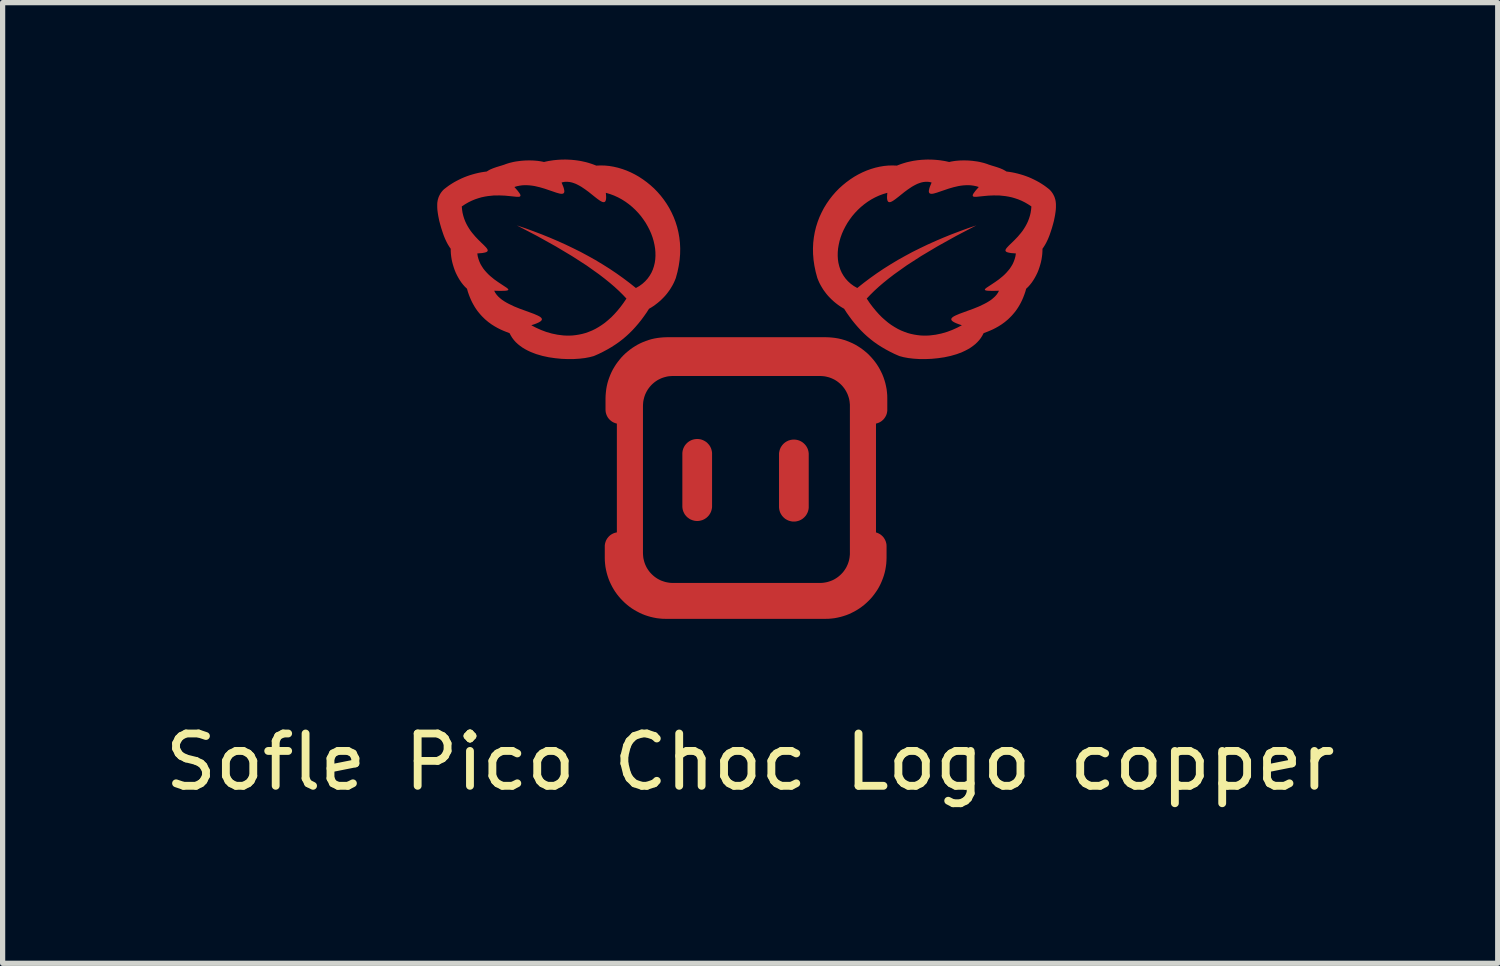
<source format=kicad_pcb>
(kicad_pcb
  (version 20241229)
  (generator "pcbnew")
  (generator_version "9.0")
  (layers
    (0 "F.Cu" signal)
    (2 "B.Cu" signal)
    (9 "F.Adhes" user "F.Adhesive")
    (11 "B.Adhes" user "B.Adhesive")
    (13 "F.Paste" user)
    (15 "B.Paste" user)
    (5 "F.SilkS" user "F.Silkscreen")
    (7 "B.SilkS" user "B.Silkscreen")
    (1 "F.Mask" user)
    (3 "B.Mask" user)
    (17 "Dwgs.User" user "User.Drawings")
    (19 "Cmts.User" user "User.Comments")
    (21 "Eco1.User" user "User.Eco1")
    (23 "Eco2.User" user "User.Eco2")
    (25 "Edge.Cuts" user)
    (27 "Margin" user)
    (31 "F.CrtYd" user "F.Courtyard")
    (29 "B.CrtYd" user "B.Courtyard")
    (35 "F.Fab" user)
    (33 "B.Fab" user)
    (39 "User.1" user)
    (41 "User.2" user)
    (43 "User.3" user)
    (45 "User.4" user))
  (footprint "Sofle Pico Choc Logo copper"
    (layer "F.Cu")
    (at 11.222 4.558)
    (property "Reference" "Sofle Pico Choc Logo copper" (at 0.07 6.96 0) (unlocked yes) (layer "F.SilkS") (effects (font (size 1 1) (thickness 0.15))))
    (fp_poly (pts (xy 0.905 0.796) (xy 0.905 0.796) (xy 0.905 0.796)) (stroke (width -0.000001) (type solid)) (fill yes) (layer "F.Cu"))
    (fp_poly (pts (xy 0.919 0.796) (xy 0.933 0.797) (xy 0.947 0.799) (xy 0.961 0.801) (xy 0.974 0.804) (xy 0.988 0.808) (xy 1.001 0.812) (xy 1.014 0.817) (xy 1.027 0.823) (xy 1.039 0.829) (xy 1.051 0.836) (xy 1.063 0.843) (xy 1.074 0.851) (xy 1.085 0.86) (xy 1.096 0.869) (xy 1.106 0.879) (xy 1.116 0.889) (xy 1.125 0.9) (xy 1.134 0.911) (xy 1.142 0.922) (xy 1.149 0.934) (xy 1.156 0.946) (xy 1.162 0.958) (xy 1.168 0.971) (xy 1.173 0.984) (xy 1.177 0.997) (xy 1.181 1.011) (xy 1.184 1.024) (xy 1.186 1.038) (xy 1.188 1.052) (xy 1.189 1.066) (xy 1.189 1.08) (xy 1.189 2.079) (xy 1.189 2.094) (xy 1.188 2.108) (xy 1.186 2.122) (xy 1.184 2.136) (xy 1.18 2.15) (xy 1.177 2.163) (xy 1.172 2.177) (xy 1.167 2.19) (xy 1.161 2.202) (xy 1.155 2.214) (xy 1.148 2.226) (xy 1.141 2.238) (xy 1.133 2.249) (xy 1.124 2.26) (xy 1.115 2.27) (xy 1.106 2.28) (xy 1.096 2.289) (xy 1.086 2.298) (xy 1.075 2.307) (xy 1.064 2.315) (xy 1.052 2.322) (xy 1.041 2.329) (xy 1.028 2.335) (xy 1.016 2.341) (xy 1.003 2.346) (xy 0.99 2.35) (xy 0.976 2.354) (xy 0.962 2.357) (xy 0.948 2.36) (xy 0.934 2.362) (xy 0.92 2.363) (xy 0.905 2.363) (xy 0.891 2.363) (xy 0.876 2.362) (xy 0.862 2.36) (xy 0.848 2.357) (xy 0.834 2.354) (xy 0.821 2.35) (xy 0.807 2.346) (xy 0.795 2.341) (xy 0.782 2.335) (xy 0.77 2.329) (xy 0.758 2.322) (xy 0.746 2.315) (xy 0.735 2.307) (xy 0.724 2.298) (xy 0.714 2.289) (xy 0.704 2.28) (xy 0.695 2.27) (xy 0.686 2.26) (xy 0.677 2.249) (xy 0.67 2.238) (xy 0.662 2.226) (xy 0.655 2.214) (xy 0.649 2.202) (xy 0.643 2.19) (xy 0.638 2.177) (xy 0.634 2.163) (xy 0.63 2.15) (xy 0.627 2.136) (xy 0.624 2.122) (xy 0.623 2.108) (xy 0.621 2.094) (xy 0.621 2.079) (xy 0.621 1.08) (xy 0.621 1.066) (xy 0.622 1.052) (xy 0.624 1.038) (xy 0.627 1.024) (xy 0.63 1.011) (xy 0.633 0.997) (xy 0.638 0.984) (xy 0.643 0.971) (xy 0.648 0.958) (xy 0.654 0.946) (xy 0.661 0.934) (xy 0.669 0.922) (xy 0.677 0.911) (xy 0.685 0.9) (xy 0.695 0.889) (xy 0.704 0.879) (xy 0.714 0.869) (xy 0.725 0.86) (xy 0.736 0.851) (xy 0.748 0.843) (xy 0.759 0.836) (xy 0.771 0.829) (xy 0.784 0.823) (xy 0.796 0.817) (xy 0.809 0.812) (xy 0.823 0.808) (xy 0.836 0.804) (xy 0.849 0.801) (xy 0.863 0.799) (xy 0.877 0.797) (xy 0.891 0.796) (xy 0.905 0.796)) (stroke (width -0.000001) (type solid)) (fill yes) (layer "F.Cu"))
    (fp_poly (pts (xy -0.928 0.785) (xy -0.914 0.786) (xy -0.9 0.788) (xy -0.886 0.79) (xy -0.872 0.793) (xy -0.859 0.797) (xy -0.845 0.802) (xy -0.832 0.807) (xy -0.82 0.813) (xy -0.808 0.819) (xy -0.796 0.826) (xy -0.784 0.833) (xy -0.773 0.841) (xy -0.762 0.849) (xy -0.752 0.858) (xy -0.742 0.868) (xy -0.733 0.878) (xy -0.724 0.888) (xy -0.715 0.899) (xy -0.707 0.91) (xy -0.7 0.921) (xy -0.693 0.933) (xy -0.687 0.946) (xy -0.681 0.958) (xy -0.676 0.971) (xy -0.672 0.984) (xy -0.668 0.998) (xy -0.665 1.011) (xy -0.662 1.025) (xy -0.66 1.04) (xy -0.659 1.054) (xy -0.659 1.069) (xy -0.659 2.068) (xy -0.659 2.083) (xy -0.66 2.097) (xy -0.662 2.111) (xy -0.665 2.125) (xy -0.668 2.139) (xy -0.672 2.152) (xy -0.676 2.166) (xy -0.681 2.178) (xy -0.687 2.191) (xy -0.693 2.203) (xy -0.7 2.215) (xy -0.708 2.227) (xy -0.715 2.238) (xy -0.724 2.249) (xy -0.733 2.259) (xy -0.742 2.269) (xy -0.752 2.278) (xy -0.762 2.287) (xy -0.773 2.296) (xy -0.784 2.303) (xy -0.796 2.311) (xy -0.808 2.318) (xy -0.82 2.324) (xy -0.833 2.33) (xy -0.845 2.335) (xy -0.859 2.339) (xy -0.872 2.343) (xy -0.886 2.346) (xy -0.9 2.349) (xy -0.914 2.351) (xy -0.929 2.352) (xy -0.943 2.352) (xy -0.957 2.352) (xy -0.971 2.351) (xy -0.985 2.349) (xy -0.999 2.347) (xy -1.012 2.343) (xy -1.026 2.34) (xy -1.039 2.335) (xy -1.052 2.33) (xy -1.065 2.325) (xy -1.077 2.319) (xy -1.089 2.312) (xy -1.101 2.304) (xy -1.112 2.296) (xy -1.123 2.288) (xy -1.134 2.279) (xy -1.144 2.269) (xy -1.154 2.259) (xy -1.163 2.248) (xy -1.172 2.237) (xy -1.18 2.226) (xy -1.187 2.214) (xy -1.194 2.202) (xy -1.2 2.189) (xy -1.206 2.177) (xy -1.211 2.164) (xy -1.215 2.151) (xy -1.219 2.137) (xy -1.222 2.124) (xy -1.224 2.11) (xy -1.226 2.096) (xy -1.227 2.082) (xy -1.227 2.068) (xy -1.227 1.069) (xy -1.227 1.055) (xy -1.226 1.041) (xy -1.224 1.027) (xy -1.222 1.013) (xy -1.219 0.999) (xy -1.215 0.986) (xy -1.211 0.973) (xy -1.206 0.96) (xy -1.2 0.947) (xy -1.194 0.935) (xy -1.187 0.923) (xy -1.18 0.911) (xy -1.172 0.9) (xy -1.163 0.889) (xy -1.154 0.878) (xy -1.144 0.868) (xy -1.134 0.858) (xy -1.123 0.849) (xy -1.112 0.84) (xy -1.101 0.832) (xy -1.089 0.825) (xy -1.077 0.818) (xy -1.065 0.812) (xy -1.052 0.806) (xy -1.039 0.801) (xy -1.026 0.797) (xy -1.012 0.793) (xy -0.999 0.79) (xy -0.985 0.788) (xy -0.971 0.786) (xy -0.957 0.785) (xy -0.943 0.785) (xy -0.943 0.785)) (stroke (width -0.000001) (type solid)) (fill yes) (layer "F.Cu"))
    (fp_poly (pts (xy 1.581 -1.159) (xy 1.64 -1.154) (xy 1.698 -1.147) (xy 1.756 -1.137) (xy 1.812 -1.124) (xy 1.868 -1.108) (xy 1.922 -1.089) (xy 1.975 -1.068) (xy 2.027 -1.045) (xy 2.078 -1.019) (xy 2.127 -0.99) (xy 2.174 -0.96) (xy 2.22 -0.927) (xy 2.264 -0.892) (xy 2.307 -0.856) (xy 2.347 -0.817) (xy 2.386 -0.776) (xy 2.423 -0.733) (xy 2.458 -0.689) (xy 2.491 -0.643) (xy 2.521 -0.596) (xy 2.549 -0.547) (xy 2.575 -0.496) (xy 2.599 -0.445) (xy 2.62 -0.391) (xy 2.638 -0.337) (xy 2.654 -0.282) (xy 2.667 -0.225) (xy 2.678 -0.168) (xy 2.685 -0.109) (xy 2.69 -0.05) (xy 2.691 0.01) (xy 2.691 0.229) (xy 2.691 0.241) (xy 2.69 0.253) (xy 2.688 0.264) (xy 2.686 0.276) (xy 2.684 0.287) (xy 2.681 0.298) (xy 2.678 0.309) (xy 2.674 0.32) (xy 2.67 0.33) (xy 2.665 0.341) (xy 2.66 0.351) (xy 2.654 0.36) (xy 2.649 0.37) (xy 2.642 0.379) (xy 2.636 0.388) (xy 2.629 0.397) (xy 2.621 0.406) (xy 2.614 0.414) (xy 2.606 0.422) (xy 2.597 0.429) (xy 2.589 0.436) (xy 2.58 0.443) (xy 2.571 0.45) (xy 2.561 0.456) (xy 2.551 0.461) (xy 2.541 0.467) (xy 2.531 0.472) (xy 2.52 0.476) (xy 2.509 0.48) (xy 2.498 0.484) (xy 2.487 0.487) (xy 2.475 0.49) (xy 2.475 2.571) (xy 2.486 2.574) (xy 2.497 2.578) (xy 2.508 2.582) (xy 2.518 2.587) (xy 2.528 2.591) (xy 2.538 2.597) (xy 2.557 2.608) (xy 2.575 2.621) (xy 2.591 2.636) (xy 2.607 2.651) (xy 2.621 2.668) (xy 2.633 2.686) (xy 2.644 2.705) (xy 2.654 2.725) (xy 2.662 2.745) (xy 2.668 2.766) (xy 2.671 2.777) (xy 2.673 2.788) (xy 2.675 2.799) (xy 2.676 2.811) (xy 2.676 2.822) (xy 2.677 2.833) (xy 2.677 3.053) (xy 2.675 3.113) (xy 2.671 3.172) (xy 2.663 3.23) (xy 2.653 3.288) (xy 2.64 3.344) (xy 2.624 3.4) (xy 2.605 3.454) (xy 2.584 3.507) (xy 2.561 3.559) (xy 2.535 3.61) (xy 2.507 3.659) (xy 2.476 3.706) (xy 2.443 3.752) (xy 2.409 3.796) (xy 2.372 3.839) (xy 2.333 3.879) (xy 2.292 3.918) (xy 2.25 3.955) (xy 2.205 3.99) (xy 2.159 4.023) (xy 2.112 4.053) (xy 2.063 4.081) (xy 2.012 4.107) (xy 1.961 4.131) (xy 1.908 4.152) (xy 1.853 4.17) (xy 1.798 4.186) (xy 1.741 4.199) (xy 1.684 4.21) (xy 1.625 4.217) (xy 1.566 4.222) (xy 1.506 4.223) (xy -1.54 4.223) (xy -1.6 4.222) (xy -1.659 4.217) (xy -1.717 4.21) (xy -1.775 4.199) (xy -1.831 4.186) (xy -1.887 4.17) (xy -1.941 4.152) (xy -1.994 4.131) (xy -2.046 4.107) (xy -2.096 4.081) (xy -2.145 4.053) (xy -2.193 4.023) (xy -2.239 3.99) (xy -2.283 3.955) (xy -2.326 3.918) (xy -2.366 3.879) (xy -2.405 3.839) (xy -2.442 3.796) (xy -2.477 3.752) (xy -2.51 3.706) (xy -2.54 3.659) (xy -2.568 3.61) (xy -2.594 3.559) (xy -2.618 3.507) (xy -2.639 3.454) (xy -2.657 3.4) (xy -2.673 3.344) (xy -2.686 3.288) (xy -2.697 3.23) (xy -2.704 3.172) (xy -2.709 3.113) (xy -2.71 3.053) (xy -2.71 2.959) (xy -1.98 2.959) (xy -1.979 2.989) (xy -1.977 3.019) (xy -1.974 3.048) (xy -1.969 3.077) (xy -1.962 3.105) (xy -1.955 3.133) (xy -1.946 3.16) (xy -1.936 3.186) (xy -1.924 3.212) (xy -1.912 3.237) (xy -1.898 3.261) (xy -1.883 3.284) (xy -1.867 3.307) (xy -1.85 3.329) (xy -1.832 3.349) (xy -1.813 3.369) (xy -1.793 3.388) (xy -1.772 3.406) (xy -1.751 3.423) (xy -1.728 3.439) (xy -1.705 3.454) (xy -1.68 3.468) (xy -1.655 3.481) (xy -1.63 3.492) (xy -1.603 3.502) (xy -1.576 3.511) (xy -1.549 3.519) (xy -1.521 3.525) (xy -1.492 3.53) (xy -1.463 3.534) (xy -1.433 3.536) (xy -1.403 3.537) (xy 1.399 3.537) (xy 1.429 3.536) (xy 1.459 3.534) (xy 1.488 3.53) (xy 1.517 3.525) (xy 1.545 3.519) (xy 1.573 3.511) (xy 1.6 3.502) (xy 1.626 3.492) (xy 1.652 3.481) (xy 1.677 3.468) (xy 1.701 3.454) (xy 1.724 3.439) (xy 1.747 3.423) (xy 1.768 3.406) (xy 1.789 3.388) (xy 1.809 3.369) (xy 1.828 3.349) (xy 1.846 3.329) (xy 1.863 3.307) (xy 1.879 3.284) (xy 1.894 3.261) (xy 1.908 3.237) (xy 1.92 3.212) (xy 1.932 3.186) (xy 1.942 3.16) (xy 1.951 3.133) (xy 1.959 3.105) (xy 1.965 3.077) (xy 1.97 3.048) (xy 1.973 3.019) (xy 1.976 2.989) (xy 1.976 2.959) (xy 1.976 0.157) (xy 1.976 0.127) (xy 1.973 0.098) (xy 1.97 0.068) (xy 1.965 0.04) (xy 1.959 0.011) (xy 1.951 -0.016) (xy 1.942 -0.043) (xy 1.932 -0.07) (xy 1.92 -0.095) (xy 1.908 -0.12) (xy 1.894 -0.144) (xy 1.879 -0.168) (xy 1.863 -0.19) (xy 1.846 -0.212) (xy 1.828 -0.233) (xy 1.809 -0.253) (xy 1.789 -0.272) (xy 1.768 -0.29) (xy 1.747 -0.307) (xy 1.724 -0.323) (xy 1.701 -0.338) (xy 1.677 -0.352) (xy 1.652 -0.364) (xy 1.626 -0.376) (xy 1.6 -0.386) (xy 1.573 -0.395) (xy 1.545 -0.402) (xy 1.517 -0.409) (xy 1.488 -0.414) (xy 1.459 -0.417) (xy 1.429 -0.419) (xy 1.399 -0.42) (xy -1.403 -0.42) (xy -1.433 -0.419) (xy -1.463 -0.417) (xy -1.492 -0.414) (xy -1.521 -0.409) (xy -1.549 -0.402) (xy -1.576 -0.395) (xy -1.603 -0.386) (xy -1.63 -0.376) (xy -1.655 -0.364) (xy -1.68 -0.352) (xy -1.705 -0.338) (xy -1.728 -0.323) (xy -1.751 -0.307) (xy -1.772 -0.29) (xy -1.793 -0.272) (xy -1.813 -0.253) (xy -1.832 -0.233) (xy -1.85 -0.212) (xy -1.867 -0.19) (xy -1.883 -0.168) (xy -1.898 -0.144) (xy -1.912 -0.12) (xy -1.924 -0.095) (xy -1.936 -0.07) (xy -1.946 -0.043) (xy -1.955 -0.016) (xy -1.962 0.011) (xy -1.969 0.04) (xy -1.974 0.068) (xy -1.977 0.098) (xy -1.979 0.127) (xy -1.98 0.157) (xy -1.98 2.959) (xy -2.71 2.959) (xy -2.71 2.833) (xy -2.71 2.821) (xy -2.709 2.809) (xy -2.707 2.797) (xy -2.705 2.785) (xy -2.702 2.773) (xy -2.699 2.762) (xy -2.695 2.75) (xy -2.691 2.739) (xy -2.687 2.728) (xy -2.682 2.718) (xy -2.676 2.707) (xy -2.67 2.697) (xy -2.664 2.687) (xy -2.657 2.678) (xy -2.65 2.669) (xy -2.643 2.66) (xy -2.635 2.651) (xy -2.627 2.643) (xy -2.618 2.635) (xy -2.609 2.627) (xy -2.6 2.62) (xy -2.59 2.613) (xy -2.58 2.607) (xy -2.57 2.601) (xy -2.56 2.596) (xy -2.549 2.59) (xy -2.538 2.586) (xy -2.527 2.582) (xy -2.515 2.578) (xy -2.503 2.575) (xy -2.491 2.572) (xy -2.479 2.57) (xy -2.479 0.49) (xy -2.491 0.487) (xy -2.502 0.484) (xy -2.513 0.48) (xy -2.524 0.476) (xy -2.535 0.472) (xy -2.545 0.467) (xy -2.555 0.462) (xy -2.565 0.456) (xy -2.575 0.45) (xy -2.584 0.443) (xy -2.602 0.429) (xy -2.618 0.414) (xy -2.633 0.397) (xy -2.647 0.38) (xy -2.659 0.361) (xy -2.669 0.341) (xy -2.674 0.33) (xy -2.678 0.32) (xy -2.682 0.309) (xy -2.685 0.298) (xy -2.688 0.287) (xy -2.691 0.276) (xy -2.693 0.264) (xy -2.694 0.253) (xy -2.695 0.241) (xy -2.696 0.229) (xy -2.696 0.01) (xy -2.694 -0.05) (xy -2.689 -0.109) (xy -2.682 -0.168) (xy -2.672 -0.225) (xy -2.659 -0.282) (xy -2.643 -0.337) (xy -2.624 -0.391) (xy -2.603 -0.445) (xy -2.58 -0.496) (xy -2.554 -0.547) (xy -2.525 -0.596) (xy -2.495 -0.643) (xy -2.462 -0.689) (xy -2.427 -0.733) (xy -2.391 -0.776) (xy -2.352 -0.817) (xy -2.311 -0.856) (xy -2.268 -0.892) (xy -2.224 -0.927) (xy -2.178 -0.96) (xy -2.131 -0.99) (xy -2.082 -1.019) (xy -2.031 -1.045) (xy -1.98 -1.068) (xy -1.926 -1.089) (xy -1.872 -1.108) (xy -1.817 -1.124) (xy -1.76 -1.137) (xy -1.703 -1.147) (xy -1.644 -1.154) (xy -1.585 -1.159) (xy -1.525 -1.161) (xy 1.521 -1.161)) (stroke (width -0.000001) (type solid)) (fill yes) (layer "F.Cu"))
    (fp_poly (pts (xy -3.428 -4.557) (xy -3.388 -4.555) (xy -3.348 -4.553) (xy -3.307 -4.549) (xy -3.267 -4.545) (xy -3.226 -4.539) (xy -3.186 -4.533) (xy -3.146 -4.525) (xy -3.106 -4.516) (xy -3.066 -4.507) (xy -3.027 -4.496) (xy -2.988 -4.484) (xy -2.949 -4.471) (xy -2.911 -4.457) (xy -2.873 -4.442) (xy -2.791 -4.445) (xy -2.708 -4.443) (xy -2.625 -4.435) (xy -2.542 -4.421) (xy -2.459 -4.402) (xy -2.376 -4.377) (xy -2.295 -4.348) (xy -2.214 -4.313) (xy -2.134 -4.273) (xy -2.057 -4.229) (xy -1.981 -4.179) (xy -1.907 -4.125) (xy -1.836 -4.067) (xy -1.767 -4.005) (xy -1.702 -3.938) (xy -1.64 -3.867) (xy -1.582 -3.792) (xy -1.528 -3.714) (xy -1.478 -3.632) (xy -1.433 -3.546) (xy -1.392 -3.457) (xy -1.357 -3.365) (xy -1.327 -3.27) (xy -1.303 -3.171) (xy -1.285 -3.07) (xy -1.273 -2.966) (xy -1.268 -2.859) (xy -1.27 -2.75) (xy -1.279 -2.639) (xy -1.296 -2.525) (xy -1.32 -2.41) (xy -1.352 -2.292) (xy -1.371 -2.245) (xy -1.391 -2.2) (xy -1.414 -2.156) (xy -1.439 -2.113) (xy -1.465 -2.071) (xy -1.494 -2.031) (xy -1.524 -1.991) (xy -1.556 -1.953) (xy -1.59 -1.917) (xy -1.625 -1.882) (xy -1.662 -1.848) (xy -1.7 -1.816) (xy -1.739 -1.786) (xy -1.779 -1.757) (xy -1.821 -1.73) (xy -1.864 -1.705) (xy -1.913 -1.629) (xy -1.964 -1.557) (xy -2.015 -1.488) (xy -2.069 -1.421) (xy -2.124 -1.357) (xy -2.181 -1.295) (xy -2.24 -1.236) (xy -2.302 -1.179) (xy -2.367 -1.124) (xy -2.434 -1.072) (xy -2.506 -1.022) (xy -2.58 -0.974) (xy -2.659 -0.928) (xy -2.741 -0.884) (xy -2.828 -0.841) (xy -2.92 -0.801) (xy -2.999 -0.78) (xy -3.09 -0.763) (xy -3.191 -0.751) (xy -3.3 -0.744) (xy -3.416 -0.743) (xy -3.536 -0.748) (xy -3.658 -0.76) (xy -3.781 -0.778) (xy -3.902 -0.804) (xy -4.019 -0.838) (xy -4.075 -0.859) (xy -4.13 -0.881) (xy -4.183 -0.906) (xy -4.234 -0.933) (xy -4.282 -0.962) (xy -4.327 -0.994) (xy -4.37 -1.028) (xy -4.41 -1.065) (xy -4.446 -1.105) (xy -4.478 -1.147) (xy -4.506 -1.192) (xy -4.531 -1.239) (xy -4.607 -1.268) (xy -4.653 -1.287) (xy -4.705 -1.31) (xy -4.76 -1.338) (xy -4.817 -1.37) (xy -4.877 -1.408) (xy -4.937 -1.452) (xy -4.998 -1.503) (xy -5.057 -1.561) (xy -5.086 -1.593) (xy -5.115 -1.627) (xy -5.143 -1.662) (xy -5.17 -1.7) (xy -5.196 -1.74) (xy -5.221 -1.783) (xy -5.245 -1.827) (xy -5.268 -1.875) (xy -5.289 -1.924) (xy -5.309 -1.976) (xy -5.328 -2.031) (xy -5.344 -2.088) (xy -5.382 -2.124) (xy -5.417 -2.163) (xy -5.45 -2.205) (xy -5.48 -2.249) (xy -5.508 -2.295) (xy -5.534 -2.343) (xy -5.558 -2.392) (xy -5.579 -2.443) (xy -5.597 -2.495) (xy -5.613 -2.547) (xy -5.627 -2.599) (xy -5.638 -2.651) (xy -5.646 -2.703) (xy -5.652 -2.754) (xy -5.655 -2.804) (xy -5.656 -2.853) (xy -5.676 -2.881) (xy -5.695 -2.911) (xy -5.713 -2.941) (xy -5.73 -2.973) (xy -5.746 -3.006) (xy -5.762 -3.04) (xy -5.776 -3.074) (xy -5.79 -3.109) (xy -5.814 -3.179) (xy -5.837 -3.25) (xy -5.857 -3.32) (xy -5.875 -3.388) (xy -5.883 -3.428) (xy -5.891 -3.467) (xy -5.898 -3.507) (xy -5.904 -3.547) (xy -5.909 -3.587) (xy -5.911 -3.607) (xy -5.912 -3.627) (xy -5.913 -3.647) (xy -5.913 -3.661) (xy -5.444 -3.661) (xy -5.438 -3.598) (xy -5.429 -3.539) (xy -5.415 -3.482) (xy -5.398 -3.428) (xy -5.378 -3.376) (xy -5.355 -3.327) (xy -5.33 -3.281) (xy -5.303 -3.237) (xy -5.275 -3.195) (xy -5.245 -3.156) (xy -5.185 -3.085) (xy -5.125 -3.022) (xy -5.069 -2.967) (xy -5.02 -2.92) (xy -4.982 -2.88) (xy -4.967 -2.862) (xy -4.956 -2.846) (xy -4.95 -2.832) (xy -4.948 -2.819) (xy -4.951 -2.808) (xy -4.96 -2.798) (xy -4.974 -2.789) (xy -4.995 -2.782) (xy -5.022 -2.776) (xy -5.056 -2.77) (xy -5.147 -2.763) (xy -5.139 -2.709) (xy -5.125 -2.657) (xy -5.107 -2.607) (xy -5.086 -2.56) (xy -5.06 -2.516) (xy -5.032 -2.473) (xy -5.001 -2.434) (xy -4.967 -2.396) (xy -4.933 -2.361) (xy -4.897 -2.328) (xy -4.824 -2.268) (xy -4.752 -2.217) (xy -4.686 -2.173) (xy -4.586 -2.107) (xy -4.571 -2.095) (xy -4.56 -2.084) (xy -4.554 -2.075) (xy -4.555 -2.067) (xy -4.561 -2.06) (xy -4.575 -2.055) (xy -4.595 -2.051) (xy -4.624 -2.049) (xy -4.706 -2.047) (xy -4.824 -2.05) (xy -4.804 -2.011) (xy -4.779 -1.975) (xy -4.748 -1.94) (xy -4.713 -1.908) (xy -4.675 -1.877) (xy -4.633 -1.849) (xy -4.588 -1.822) (xy -4.541 -1.797) (xy -4.443 -1.75) (xy -4.342 -1.709) (xy -4.148 -1.638) (xy -4.064 -1.607) (xy -3.995 -1.577) (xy -3.967 -1.563) (xy -3.944 -1.549) (xy -3.927 -1.534) (xy -3.916 -1.52) (xy -3.912 -1.506) (xy -3.915 -1.491) (xy -3.926 -1.476) (xy -3.945 -1.46) (xy -3.973 -1.444) (xy -4.01 -1.427) (xy -4.057 -1.409) (xy -4.115 -1.39) (xy -4.027 -1.344) (xy -3.932 -1.301) (xy -3.831 -1.263) (xy -3.724 -1.232) (xy -3.613 -1.209) (xy -3.499 -1.195) (xy -3.44 -1.192) (xy -3.381 -1.192) (xy -3.321 -1.195) (xy -3.261 -1.202) (xy -3.2 -1.212) (xy -3.139 -1.225) (xy -3.077 -1.242) (xy -3.016 -1.264) (xy -2.954 -1.289) (xy -2.892 -1.319) (xy -2.831 -1.354) (xy -2.77 -1.393) (xy -2.708 -1.437) (xy -2.648 -1.487) (xy -2.587 -1.541) (xy -2.528 -1.601) (xy -2.469 -1.667) (xy -2.41 -1.739) (xy -2.353 -1.816) (xy -2.296 -1.9) (xy -2.365 -1.973) (xy -2.441 -2.048) (xy -2.525 -2.125) (xy -2.616 -2.203) (xy -2.715 -2.283) (xy -2.822 -2.365) (xy -3.061 -2.535) (xy -3.336 -2.712) (xy -3.647 -2.898) (xy -3.999 -3.094) (xy -4.391 -3.299) (xy -4.231 -3.245) (xy -4.073 -3.187) (xy -3.917 -3.128) (xy -3.764 -3.066) (xy -3.612 -3.001) (xy -3.463 -2.934) (xy -3.317 -2.864) (xy -3.172 -2.792) (xy -3.031 -2.716) (xy -2.891 -2.638) (xy -2.755 -2.556) (xy -2.621 -2.472) (xy -2.49 -2.384) (xy -2.362 -2.293) (xy -2.237 -2.199) (xy -2.115 -2.102) (xy -2.049 -2.14) (xy -1.99 -2.183) (xy -1.938 -2.23) (xy -1.892 -2.281) (xy -1.853 -2.335) (xy -1.819 -2.393) (xy -1.792 -2.453) (xy -1.771 -2.516) (xy -1.755 -2.581) (xy -1.745 -2.648) (xy -1.741 -2.717) (xy -1.742 -2.787) (xy -1.748 -2.857) (xy -1.76 -2.928) (xy -1.776 -3) (xy -1.797 -3.071) (xy -1.823 -3.142) (xy -1.854 -3.212) (xy -1.889 -3.28) (xy -1.928 -3.348) (xy -1.972 -3.413) (xy -2.019 -3.477) (xy -2.071 -3.538) (xy -2.126 -3.596) (xy -2.185 -3.651) (xy -2.248 -3.703) (xy -2.314 -3.751) (xy -2.383 -3.795) (xy -2.455 -3.834) (xy -2.531 -3.869) (xy -2.609 -3.898) (xy -2.69 -3.922) (xy -2.686 -3.878) (xy -2.684 -3.841) (xy -2.685 -3.81) (xy -2.689 -3.786) (xy -2.695 -3.767) (xy -2.704 -3.754) (xy -2.715 -3.746) (xy -2.728 -3.743) (xy -2.743 -3.744) (xy -2.76 -3.749) (xy -2.779 -3.758) (xy -2.8 -3.77) (xy -2.846 -3.802) (xy -2.899 -3.843) (xy -3.02 -3.94) (xy -3.087 -3.989) (xy -3.157 -4.036) (xy -3.193 -4.057) (xy -3.229 -4.076) (xy -3.266 -4.094) (xy -3.304 -4.108) (xy -3.341 -4.12) (xy -3.379 -4.128) (xy -3.417 -4.132) (xy -3.455 -4.133) (xy -3.465 -4.132) (xy -3.476 -4.131) (xy -3.486 -4.13) (xy -3.496 -4.128) (xy -3.506 -4.126) (xy -3.516 -4.124) (xy -3.526 -4.121) (xy -3.536 -4.118) (xy -3.501 -4.033) (xy -3.491 -3.999) (xy -3.485 -3.971) (xy -3.483 -3.948) (xy -3.486 -3.931) (xy -3.493 -3.918) (xy -3.503 -3.909) (xy -3.518 -3.904) (xy -3.535 -3.903) (xy -3.556 -3.904) (xy -3.58 -3.909) (xy -3.637 -3.925) (xy -3.704 -3.948) (xy -3.863 -4.002) (xy -3.952 -4.028) (xy -4.046 -4.05) (xy -4.094 -4.058) (xy -4.143 -4.064) (xy -4.192 -4.067) (xy -4.241 -4.068) (xy -4.291 -4.065) (xy -4.34 -4.058) (xy -4.389 -4.048) (xy -4.438 -4.033) (xy -4.374 -3.96) (xy -4.336 -3.908) (xy -4.326 -3.889) (xy -4.322 -3.874) (xy -4.323 -3.862) (xy -4.329 -3.854) (xy -4.34 -3.848) (xy -4.355 -3.845) (xy -4.4 -3.846) (xy -4.536 -3.86) (xy -4.624 -3.868) (xy -4.723 -3.872) (xy -4.831 -3.871) (xy -4.946 -3.859) (xy -5.006 -3.849) (xy -5.067 -3.836) (xy -5.129 -3.818) (xy -5.191 -3.797) (xy -5.254 -3.771) (xy -5.317 -3.74) (xy -5.381 -3.703) (xy -5.444 -3.661) (xy -5.913 -3.661) (xy -5.913 -3.668) (xy -5.913 -3.688) (xy -5.913 -3.708) (xy -5.912 -3.729) (xy -5.909 -3.749) (xy -5.906 -3.769) (xy -5.902 -3.789) (xy -5.896 -3.809) (xy -5.89 -3.829) (xy -5.883 -3.848) (xy -5.874 -3.867) (xy -5.865 -3.885) (xy -5.855 -3.903) (xy -5.844 -3.92) (xy -5.832 -3.937) (xy -5.819 -3.953) (xy -5.806 -3.968) (xy -5.791 -3.983) (xy -5.776 -3.996) (xy -5.732 -4.03) (xy -5.687 -4.063) (xy -5.641 -4.093) (xy -5.594 -4.122) (xy -5.545 -4.149) (xy -5.496 -4.174) (xy -5.446 -4.198) (xy -5.395 -4.22) (xy -5.343 -4.24) (xy -5.291 -4.258) (xy -5.238 -4.274) (xy -5.184 -4.289) (xy -5.13 -4.302) (xy -5.076 -4.313) (xy -5.021 -4.322) (xy -4.967 -4.329) (xy -4.945 -4.343) (xy -4.922 -4.356) (xy -4.9 -4.368) (xy -4.876 -4.378) (xy -4.853 -4.388) (xy -4.829 -4.397) (xy -4.78 -4.414) (xy -4.678 -4.445) (xy -4.626 -4.462) (xy -4.6 -4.472) (xy -4.573 -4.481) (xy -4.534 -4.493) (xy -4.493 -4.503) (xy -4.451 -4.513) (xy -4.407 -4.521) (xy -4.362 -4.527) (xy -4.317 -4.533) (xy -4.271 -4.537) (xy -4.224 -4.54) (xy -4.178 -4.541) (xy -4.132 -4.541) (xy -4.086 -4.54) (xy -4.041 -4.537) (xy -3.997 -4.533) (xy -3.954 -4.527) (xy -3.912 -4.52) (xy -3.872 -4.511) (xy -3.829 -4.521) (xy -3.786 -4.53) (xy -3.741 -4.537) (xy -3.696 -4.544) (xy -3.65 -4.549) (xy -3.603 -4.553) (xy -3.556 -4.556) (xy -3.508 -4.557) (xy -3.508 -4.557) (xy -3.468 -4.558)) (stroke (width -0.000001) (type solid)) (fill yes) (layer "F.Cu"))
    (fp_poly (pts (xy 3.51 -4.557) (xy 3.51 -4.557) (xy 3.558 -4.556) (xy 3.605 -4.553) (xy 3.652 -4.549) (xy 3.698 -4.544) (xy 3.743 -4.537) (xy 3.788 -4.53) (xy 3.831 -4.521) (xy 3.874 -4.511) (xy 3.914 -4.52) (xy 3.956 -4.527) (xy 3.999 -4.533) (xy 4.043 -4.537) (xy 4.088 -4.54) (xy 4.134 -4.541) (xy 4.18 -4.541) (xy 4.226 -4.54) (xy 4.273 -4.537) (xy 4.319 -4.533) (xy 4.364 -4.527) (xy 4.409 -4.521) (xy 4.453 -4.513) (xy 4.495 -4.503) (xy 4.536 -4.493) (xy 4.575 -4.481) (xy 4.602 -4.472) (xy 4.628 -4.462) (xy 4.68 -4.445) (xy 4.782 -4.414) (xy 4.831 -4.397) (xy 4.855 -4.388) (xy 4.878 -4.378) (xy 4.902 -4.368) (xy 4.924 -4.356) (xy 4.947 -4.343) (xy 4.969 -4.329) (xy 5.023 -4.322) (xy 5.078 -4.313) (xy 5.132 -4.302) (xy 5.186 -4.289) (xy 5.24 -4.274) (xy 5.293 -4.258) (xy 5.345 -4.24) (xy 5.397 -4.22) (xy 5.448 -4.198) (xy 5.498 -4.174) (xy 5.547 -4.149) (xy 5.596 -4.122) (xy 5.643 -4.093) (xy 5.689 -4.063) (xy 5.734 -4.03) (xy 5.778 -3.996) (xy 5.793 -3.983) (xy 5.808 -3.968) (xy 5.821 -3.953) (xy 5.834 -3.937) (xy 5.846 -3.92) (xy 5.857 -3.903) (xy 5.867 -3.885) (xy 5.876 -3.867) (xy 5.885 -3.848) (xy 5.892 -3.829) (xy 5.898 -3.809) (xy 5.904 -3.789) (xy 5.908 -3.769) (xy 5.911 -3.749) (xy 5.913 -3.729) (xy 5.915 -3.708) (xy 5.915 -3.688) (xy 5.915 -3.668) (xy 5.915 -3.647) (xy 5.914 -3.627) (xy 5.913 -3.607) (xy 5.911 -3.587) (xy 5.906 -3.547) (xy 5.9 -3.507) (xy 5.893 -3.467) (xy 5.885 -3.428) (xy 5.877 -3.388) (xy 5.859 -3.32) (xy 5.839 -3.25) (xy 5.816 -3.179) (xy 5.792 -3.109) (xy 5.778 -3.074) (xy 5.764 -3.04) (xy 5.748 -3.006) (xy 5.732 -2.973) (xy 5.715 -2.941) (xy 5.697 -2.911) (xy 5.678 -2.881) (xy 5.658 -2.853) (xy 5.657 -2.804) (xy 5.654 -2.754) (xy 5.648 -2.703) (xy 5.64 -2.651) (xy 5.629 -2.599) (xy 5.615 -2.547) (xy 5.599 -2.495) (xy 5.581 -2.443) (xy 5.56 -2.392) (xy 5.536 -2.343) (xy 5.51 -2.295) (xy 5.482 -2.249) (xy 5.452 -2.205) (xy 5.419 -2.163) (xy 5.384 -2.124) (xy 5.346 -2.088) (xy 5.33 -2.031) (xy 5.311 -1.976) (xy 5.291 -1.924) (xy 5.27 -1.875) (xy 5.247 -1.827) (xy 5.223 -1.783) (xy 5.198 -1.74) (xy 5.172 -1.7) (xy 5.145 -1.662) (xy 5.117 -1.627) (xy 5.088 -1.593) (xy 5.059 -1.561) (xy 5 -1.503) (xy 4.939 -1.452) (xy 4.879 -1.408) (xy 4.819 -1.37) (xy 4.762 -1.338) (xy 4.707 -1.31) (xy 4.655 -1.287) (xy 4.609 -1.268) (xy 4.533 -1.239) (xy 4.508 -1.192) (xy 4.48 -1.147) (xy 4.448 -1.105) (xy 4.411 -1.065) (xy 4.372 -1.028) (xy 4.329 -0.994) (xy 4.284 -0.962) (xy 4.236 -0.933) (xy 4.185 -0.906) (xy 4.132 -0.881) (xy 4.077 -0.859) (xy 4.021 -0.838) (xy 3.904 -0.804) (xy 3.783 -0.778) (xy 3.66 -0.76) (xy 3.538 -0.748) (xy 3.418 -0.743) (xy 3.302 -0.744) (xy 3.193 -0.751) (xy 3.092 -0.763) (xy 3.001 -0.78) (xy 2.922 -0.801) (xy 2.83 -0.841) (xy 2.743 -0.884) (xy 2.661 -0.928) (xy 2.582 -0.974) (xy 2.507 -1.022) (xy 2.436 -1.072) (xy 2.369 -1.124) (xy 2.304 -1.179) (xy 2.242 -1.236) (xy 2.183 -1.295) (xy 2.126 -1.357) (xy 2.071 -1.421) (xy 2.017 -1.488) (xy 1.966 -1.557) (xy 1.915 -1.629) (xy 1.866 -1.705) (xy 1.823 -1.73) (xy 1.781 -1.757) (xy 1.741 -1.786) (xy 1.702 -1.816) (xy 1.664 -1.848) (xy 1.627 -1.882) (xy 1.592 -1.917) (xy 1.558 -1.953) (xy 1.526 -1.991) (xy 1.496 -2.031) (xy 1.467 -2.071) (xy 1.441 -2.113) (xy 1.416 -2.156) (xy 1.393 -2.2) (xy 1.373 -2.245) (xy 1.354 -2.292) (xy 1.322 -2.41) (xy 1.298 -2.525) (xy 1.281 -2.639) (xy 1.275 -2.717) (xy 1.743 -2.717) (xy 1.747 -2.648) (xy 1.757 -2.581) (xy 1.773 -2.516) (xy 1.794 -2.453) (xy 1.821 -2.393) (xy 1.855 -2.335) (xy 1.894 -2.281) (xy 1.94 -2.23) (xy 1.992 -2.183) (xy 2.051 -2.14) (xy 2.117 -2.102) (xy 2.239 -2.199) (xy 2.364 -2.293) (xy 2.492 -2.384) (xy 2.623 -2.472) (xy 2.757 -2.556) (xy 2.893 -2.638) (xy 3.033 -2.716) (xy 3.174 -2.792) (xy 3.319 -2.864) (xy 3.465 -2.934) (xy 3.614 -3.001) (xy 3.766 -3.066) (xy 3.919 -3.128) (xy 4.075 -3.187) (xy 4.233 -3.245) (xy 4.393 -3.299) (xy 4.001 -3.094) (xy 3.649 -2.898) (xy 3.337 -2.712) (xy 3.063 -2.535) (xy 2.824 -2.365) (xy 2.717 -2.283) (xy 2.618 -2.203) (xy 2.527 -2.125) (xy 2.443 -2.048) (xy 2.367 -1.973) (xy 2.298 -1.9) (xy 2.354 -1.816) (xy 2.412 -1.739) (xy 2.471 -1.667) (xy 2.53 -1.601) (xy 2.589 -1.541) (xy 2.65 -1.487) (xy 2.71 -1.437) (xy 2.771 -1.393) (xy 2.833 -1.354) (xy 2.894 -1.319) (xy 2.956 -1.289) (xy 3.018 -1.264) (xy 3.079 -1.242) (xy 3.141 -1.225) (xy 3.202 -1.212) (xy 3.263 -1.202) (xy 3.323 -1.195) (xy 3.383 -1.192) (xy 3.442 -1.192) (xy 3.501 -1.195) (xy 3.615 -1.209) (xy 3.726 -1.232) (xy 3.833 -1.263) (xy 3.934 -1.301) (xy 4.029 -1.344) (xy 4.117 -1.39) (xy 4.059 -1.409) (xy 4.012 -1.427) (xy 3.975 -1.444) (xy 3.947 -1.46) (xy 3.928 -1.476) (xy 3.917 -1.491) (xy 3.914 -1.506) (xy 3.918 -1.52) (xy 3.929 -1.534) (xy 3.946 -1.549) (xy 3.969 -1.563) (xy 3.997 -1.577) (xy 4.066 -1.607) (xy 4.15 -1.638) (xy 4.344 -1.709) (xy 4.445 -1.75) (xy 4.543 -1.797) (xy 4.59 -1.822) (xy 4.635 -1.849) (xy 4.677 -1.877) (xy 4.715 -1.908) (xy 4.75 -1.94) (xy 4.781 -1.975) (xy 4.806 -2.011) (xy 4.826 -2.05) (xy 4.708 -2.047) (xy 4.626 -2.049) (xy 4.597 -2.051) (xy 4.577 -2.055) (xy 4.563 -2.06) (xy 4.557 -2.067) (xy 4.556 -2.075) (xy 4.562 -2.084) (xy 4.573 -2.095) (xy 4.588 -2.107) (xy 4.688 -2.173) (xy 4.754 -2.217) (xy 4.826 -2.268) (xy 4.899 -2.328) (xy 4.935 -2.361) (xy 4.969 -2.396) (xy 5.002 -2.434) (xy 5.034 -2.473) (xy 5.062 -2.516) (xy 5.088 -2.56) (xy 5.109 -2.607) (xy 5.127 -2.657) (xy 5.141 -2.709) (xy 5.149 -2.763) (xy 5.058 -2.77) (xy 5.024 -2.776) (xy 4.997 -2.782) (xy 4.976 -2.789) (xy 4.962 -2.798) (xy 4.953 -2.808) (xy 4.95 -2.819) (xy 4.952 -2.832) (xy 4.958 -2.846) (xy 4.969 -2.862) (xy 4.984 -2.88) (xy 5.022 -2.92) (xy 5.071 -2.967) (xy 5.127 -3.022) (xy 5.187 -3.085) (xy 5.247 -3.156) (xy 5.277 -3.195) (xy 5.305 -3.237) (xy 5.332 -3.281) (xy 5.357 -3.327) (xy 5.38 -3.376) (xy 5.4 -3.428) (xy 5.417 -3.482) (xy 5.431 -3.539) (xy 5.44 -3.598) (xy 5.446 -3.661) (xy 5.383 -3.703) (xy 5.319 -3.74) (xy 5.256 -3.771) (xy 5.193 -3.797) (xy 5.131 -3.818) (xy 5.069 -3.836) (xy 5.008 -3.849) (xy 4.948 -3.859) (xy 4.833 -3.871) (xy 4.725 -3.872) (xy 4.626 -3.868) (xy 4.538 -3.86) (xy 4.402 -3.846) (xy 4.357 -3.845) (xy 4.342 -3.848) (xy 4.331 -3.854) (xy 4.325 -3.862) (xy 4.324 -3.874) (xy 4.328 -3.889) (xy 4.338 -3.908) (xy 4.376 -3.96) (xy 4.44 -4.033) (xy 4.391 -4.048) (xy 4.342 -4.058) (xy 4.293 -4.065) (xy 4.243 -4.068) (xy 4.194 -4.067) (xy 4.145 -4.064) (xy 4.096 -4.058) (xy 4.048 -4.05) (xy 3.954 -4.028) (xy 3.865 -4.002) (xy 3.706 -3.948) (xy 3.639 -3.925) (xy 3.582 -3.909) (xy 3.558 -3.904) (xy 3.537 -3.903) (xy 3.52 -3.904) (xy 3.505 -3.909) (xy 3.495 -3.918) (xy 3.488 -3.931) (xy 3.485 -3.948) (xy 3.487 -3.971) (xy 3.493 -3.999) (xy 3.503 -4.033) (xy 3.538 -4.118) (xy 3.528 -4.121) (xy 3.518 -4.124) (xy 3.508 -4.126) (xy 3.498 -4.128) (xy 3.488 -4.13) (xy 3.478 -4.131) (xy 3.467 -4.132) (xy 3.457 -4.133) (xy 3.419 -4.132) (xy 3.381 -4.128) (xy 3.343 -4.12) (xy 3.306 -4.108) (xy 3.268 -4.094) (xy 3.231 -4.076) (xy 3.195 -4.057) (xy 3.159 -4.036) (xy 3.089 -3.989) (xy 3.022 -3.94) (xy 2.901 -3.843) (xy 2.848 -3.802) (xy 2.802 -3.77) (xy 2.781 -3.758) (xy 2.762 -3.749) (xy 2.745 -3.744) (xy 2.73 -3.743) (xy 2.717 -3.746) (xy 2.706 -3.754) (xy 2.697 -3.767) (xy 2.691 -3.786) (xy 2.687 -3.81) (xy 2.686 -3.841) (xy 2.688 -3.878) (xy 2.692 -3.922) (xy 2.611 -3.898) (xy 2.533 -3.869) (xy 2.457 -3.834) (xy 2.385 -3.795) (xy 2.316 -3.751) (xy 2.25 -3.703) (xy 2.187 -3.651) (xy 2.128 -3.596) (xy 2.073 -3.538) (xy 2.021 -3.477) (xy 1.974 -3.413) (xy 1.93 -3.348) (xy 1.891 -3.28) (xy 1.856 -3.212) (xy 1.825 -3.142) (xy 1.799 -3.071) (xy 1.778 -3) (xy 1.762 -2.928) (xy 1.75 -2.857) (xy 1.744 -2.787) (xy 1.743 -2.717) (xy 1.275 -2.717) (xy 1.272 -2.75) (xy 1.27 -2.859) (xy 1.275 -2.966) (xy 1.287 -3.07) (xy 1.305 -3.171) (xy 1.329 -3.27) (xy 1.359 -3.365) (xy 1.394 -3.457) (xy 1.435 -3.546) (xy 1.48 -3.632) (xy 1.53 -3.714) (xy 1.584 -3.792) (xy 1.642 -3.867) (xy 1.704 -3.938) (xy 1.769 -4.005) (xy 1.838 -4.067) (xy 1.909 -4.125) (xy 1.983 -4.179) (xy 2.059 -4.229) (xy 2.136 -4.273) (xy 2.216 -4.313) (xy 2.297 -4.348) (xy 2.378 -4.377) (xy 2.461 -4.402) (xy 2.544 -4.421) (xy 2.627 -4.435) (xy 2.71 -4.443) (xy 2.793 -4.445) (xy 2.875 -4.442) (xy 2.913 -4.457) (xy 2.951 -4.471) (xy 2.99 -4.484) (xy 3.029 -4.496) (xy 3.068 -4.507) (xy 3.108 -4.516) (xy 3.148 -4.525) (xy 3.188 -4.533) (xy 3.228 -4.539) (xy 3.269 -4.545) (xy 3.309 -4.549) (xy 3.35 -4.553) (xy 3.39 -4.555) (xy 3.43 -4.557) (xy 3.47 -4.558)) (stroke (width -0.000001) (type solid)) (fill yes) (layer "F.Cu"))
    (fp_poly (pts (xy 0.905 0.796) (xy 0.905 0.796) (xy 0.905 0.796)) (stroke (width -0.000001) (type solid)) (fill yes) (layer "F.Mask"))
    (fp_poly (pts (xy 0.919 0.796) (xy 0.933 0.797) (xy 0.947 0.799) (xy 0.961 0.801) (xy 0.974 0.804) (xy 0.988 0.808) (xy 1.001 0.812) (xy 1.014 0.817) (xy 1.027 0.823) (xy 1.039 0.829) (xy 1.051 0.836) (xy 1.063 0.843) (xy 1.074 0.851) (xy 1.085 0.86) (xy 1.096 0.869) (xy 1.106 0.879) (xy 1.116 0.889) (xy 1.125 0.9) (xy 1.134 0.911) (xy 1.142 0.922) (xy 1.149 0.934) (xy 1.156 0.946) (xy 1.162 0.958) (xy 1.168 0.971) (xy 1.173 0.984) (xy 1.177 0.997) (xy 1.181 1.011) (xy 1.184 1.024) (xy 1.186 1.038) (xy 1.188 1.052) (xy 1.189 1.066) (xy 1.189 1.08) (xy 1.189 2.079) (xy 1.189 2.094) (xy 1.188 2.108) (xy 1.186 2.122) (xy 1.184 2.136) (xy 1.18 2.15) (xy 1.177 2.163) (xy 1.172 2.177) (xy 1.167 2.19) (xy 1.161 2.202) (xy 1.155 2.214) (xy 1.148 2.226) (xy 1.141 2.238) (xy 1.133 2.249) (xy 1.124 2.26) (xy 1.115 2.27) (xy 1.106 2.28) (xy 1.096 2.289) (xy 1.086 2.298) (xy 1.075 2.307) (xy 1.064 2.315) (xy 1.052 2.322) (xy 1.041 2.329) (xy 1.028 2.335) (xy 1.016 2.341) (xy 1.003 2.346) (xy 0.99 2.35) (xy 0.976 2.354) (xy 0.962 2.357) (xy 0.948 2.36) (xy 0.934 2.362) (xy 0.92 2.363) (xy 0.905 2.363) (xy 0.891 2.363) (xy 0.876 2.362) (xy 0.862 2.36) (xy 0.848 2.357) (xy 0.834 2.354) (xy 0.821 2.35) (xy 0.807 2.346) (xy 0.795 2.341) (xy 0.782 2.335) (xy 0.77 2.329) (xy 0.758 2.322) (xy 0.746 2.315) (xy 0.735 2.307) (xy 0.724 2.298) (xy 0.714 2.289) (xy 0.704 2.28) (xy 0.695 2.27) (xy 0.686 2.26) (xy 0.677 2.249) (xy 0.67 2.238) (xy 0.662 2.226) (xy 0.655 2.214) (xy 0.649 2.202) (xy 0.643 2.19) (xy 0.638 2.177) (xy 0.634 2.163) (xy 0.63 2.15) (xy 0.627 2.136) (xy 0.624 2.122) (xy 0.623 2.108) (xy 0.621 2.094) (xy 0.621 2.079) (xy 0.621 1.08) (xy 0.621 1.066) (xy 0.622 1.052) (xy 0.624 1.038) (xy 0.627 1.024) (xy 0.63 1.011) (xy 0.633 0.997) (xy 0.638 0.984) (xy 0.643 0.971) (xy 0.648 0.958) (xy 0.654 0.946) (xy 0.661 0.934) (xy 0.669 0.922) (xy 0.677 0.911) (xy 0.685 0.9) (xy 0.695 0.889) (xy 0.704 0.879) (xy 0.714 0.869) (xy 0.725 0.86) (xy 0.736 0.851) (xy 0.748 0.843) (xy 0.759 0.836) (xy 0.771 0.829) (xy 0.784 0.823) (xy 0.796 0.817) (xy 0.809 0.812) (xy 0.823 0.808) (xy 0.836 0.804) (xy 0.849 0.801) (xy 0.863 0.799) (xy 0.877 0.797) (xy 0.891 0.796) (xy 0.905 0.796)) (stroke (width -0.000001) (type solid)) (fill yes) (layer "F.Mask"))
    (fp_poly (pts (xy -0.928 0.785) (xy -0.914 0.786) (xy -0.9 0.788) (xy -0.886 0.79) (xy -0.872 0.793) (xy -0.859 0.797) (xy -0.845 0.802) (xy -0.832 0.807) (xy -0.82 0.813) (xy -0.808 0.819) (xy -0.796 0.826) (xy -0.784 0.833) (xy -0.773 0.841) (xy -0.762 0.849) (xy -0.752 0.858) (xy -0.742 0.868) (xy -0.733 0.878) (xy -0.724 0.888) (xy -0.715 0.899) (xy -0.707 0.91) (xy -0.7 0.921) (xy -0.693 0.933) (xy -0.687 0.946) (xy -0.681 0.958) (xy -0.676 0.971) (xy -0.672 0.984) (xy -0.668 0.998) (xy -0.665 1.011) (xy -0.662 1.025) (xy -0.66 1.04) (xy -0.659 1.054) (xy -0.659 1.069) (xy -0.659 2.068) (xy -0.659 2.083) (xy -0.66 2.097) (xy -0.662 2.111) (xy -0.665 2.125) (xy -0.668 2.139) (xy -0.672 2.152) (xy -0.676 2.166) (xy -0.681 2.178) (xy -0.687 2.191) (xy -0.693 2.203) (xy -0.7 2.215) (xy -0.708 2.227) (xy -0.715 2.238) (xy -0.724 2.249) (xy -0.733 2.259) (xy -0.742 2.269) (xy -0.752 2.278) (xy -0.762 2.287) (xy -0.773 2.296) (xy -0.784 2.303) (xy -0.796 2.311) (xy -0.808 2.318) (xy -0.82 2.324) (xy -0.833 2.33) (xy -0.845 2.335) (xy -0.859 2.339) (xy -0.872 2.343) (xy -0.886 2.346) (xy -0.9 2.349) (xy -0.914 2.351) (xy -0.929 2.352) (xy -0.943 2.352) (xy -0.957 2.352) (xy -0.971 2.351) (xy -0.985 2.349) (xy -0.999 2.347) (xy -1.012 2.343) (xy -1.026 2.34) (xy -1.039 2.335) (xy -1.052 2.33) (xy -1.065 2.325) (xy -1.077 2.319) (xy -1.089 2.312) (xy -1.101 2.304) (xy -1.112 2.296) (xy -1.123 2.288) (xy -1.134 2.279) (xy -1.144 2.269) (xy -1.154 2.259) (xy -1.163 2.248) (xy -1.172 2.237) (xy -1.18 2.226) (xy -1.187 2.214) (xy -1.194 2.202) (xy -1.2 2.189) (xy -1.206 2.177) (xy -1.211 2.164) (xy -1.215 2.151) (xy -1.219 2.137) (xy -1.222 2.124) (xy -1.224 2.11) (xy -1.226 2.096) (xy -1.227 2.082) (xy -1.227 2.068) (xy -1.227 1.069) (xy -1.227 1.055) (xy -1.226 1.041) (xy -1.224 1.027) (xy -1.222 1.013) (xy -1.219 0.999) (xy -1.215 0.986) (xy -1.211 0.973) (xy -1.206 0.96) (xy -1.2 0.947) (xy -1.194 0.935) (xy -1.187 0.923) (xy -1.18 0.911) (xy -1.172 0.9) (xy -1.163 0.889) (xy -1.154 0.878) (xy -1.144 0.868) (xy -1.134 0.858) (xy -1.123 0.849) (xy -1.112 0.84) (xy -1.101 0.832) (xy -1.089 0.825) (xy -1.077 0.818) (xy -1.065 0.812) (xy -1.052 0.806) (xy -1.039 0.801) (xy -1.026 0.797) (xy -1.012 0.793) (xy -0.999 0.79) (xy -0.985 0.788) (xy -0.971 0.786) (xy -0.957 0.785) (xy -0.943 0.785) (xy -0.943 0.785)) (stroke (width -0.000001) (type solid)) (fill yes) (layer "F.Mask"))
    (fp_poly (pts (xy 1.581 -1.159) (xy 1.64 -1.154) (xy 1.698 -1.147) (xy 1.756 -1.137) (xy 1.812 -1.124) (xy 1.868 -1.108) (xy 1.922 -1.089) (xy 1.975 -1.068) (xy 2.027 -1.045) (xy 2.078 -1.019) (xy 2.127 -0.99) (xy 2.174 -0.96) (xy 2.22 -0.927) (xy 2.264 -0.892) (xy 2.307 -0.856) (xy 2.347 -0.817) (xy 2.386 -0.776) (xy 2.423 -0.733) (xy 2.458 -0.689) (xy 2.491 -0.643) (xy 2.521 -0.596) (xy 2.549 -0.547) (xy 2.575 -0.496) (xy 2.599 -0.445) (xy 2.62 -0.391) (xy 2.638 -0.337) (xy 2.654 -0.282) (xy 2.667 -0.225) (xy 2.678 -0.168) (xy 2.685 -0.109) (xy 2.69 -0.05) (xy 2.691 0.01) (xy 2.691 0.229) (xy 2.691 0.241) (xy 2.69 0.253) (xy 2.688 0.264) (xy 2.686 0.276) (xy 2.684 0.287) (xy 2.681 0.298) (xy 2.678 0.309) (xy 2.674 0.32) (xy 2.67 0.33) (xy 2.665 0.341) (xy 2.66 0.351) (xy 2.654 0.36) (xy 2.649 0.37) (xy 2.642 0.379) (xy 2.636 0.388) (xy 2.629 0.397) (xy 2.621 0.406) (xy 2.614 0.414) (xy 2.606 0.422) (xy 2.597 0.429) (xy 2.589 0.436) (xy 2.58 0.443) (xy 2.571 0.45) (xy 2.561 0.456) (xy 2.551 0.461) (xy 2.541 0.467) (xy 2.531 0.472) (xy 2.52 0.476) (xy 2.509 0.48) (xy 2.498 0.484) (xy 2.487 0.487) (xy 2.475 0.49) (xy 2.475 2.571) (xy 2.486 2.574) (xy 2.497 2.578) (xy 2.508 2.582) (xy 2.518 2.587) (xy 2.528 2.591) (xy 2.538 2.597) (xy 2.557 2.608) (xy 2.575 2.621) (xy 2.591 2.636) (xy 2.607 2.651) (xy 2.621 2.668) (xy 2.633 2.686) (xy 2.644 2.705) (xy 2.654 2.725) (xy 2.662 2.745) (xy 2.668 2.766) (xy 2.671 2.777) (xy 2.673 2.788) (xy 2.675 2.799) (xy 2.676 2.811) (xy 2.676 2.822) (xy 2.677 2.833) (xy 2.677 3.053) (xy 2.675 3.113) (xy 2.671 3.172) (xy 2.663 3.23) (xy 2.653 3.288) (xy 2.64 3.344) (xy 2.624 3.4) (xy 2.605 3.454) (xy 2.584 3.507) (xy 2.561 3.559) (xy 2.535 3.61) (xy 2.507 3.659) (xy 2.476 3.706) (xy 2.443 3.752) (xy 2.409 3.796) (xy 2.372 3.839) (xy 2.333 3.879) (xy 2.292 3.918) (xy 2.25 3.955) (xy 2.205 3.99) (xy 2.159 4.023) (xy 2.112 4.053) (xy 2.063 4.081) (xy 2.012 4.107) (xy 1.961 4.131) (xy 1.908 4.152) (xy 1.853 4.17) (xy 1.798 4.186) (xy 1.741 4.199) (xy 1.684 4.21) (xy 1.625 4.217) (xy 1.566 4.222) (xy 1.506 4.223) (xy -1.54 4.223) (xy -1.6 4.222) (xy -1.659 4.217) (xy -1.717 4.21) (xy -1.775 4.199) (xy -1.831 4.186) (xy -1.887 4.17) (xy -1.941 4.152) (xy -1.994 4.131) (xy -2.046 4.107) (xy -2.096 4.081) (xy -2.145 4.053) (xy -2.193 4.023) (xy -2.239 3.99) (xy -2.283 3.955) (xy -2.326 3.918) (xy -2.366 3.879) (xy -2.405 3.839) (xy -2.442 3.796) (xy -2.477 3.752) (xy -2.51 3.706) (xy -2.54 3.659) (xy -2.568 3.61) (xy -2.594 3.559) (xy -2.618 3.507) (xy -2.639 3.454) (xy -2.657 3.4) (xy -2.673 3.344) (xy -2.686 3.288) (xy -2.697 3.23) (xy -2.704 3.172) (xy -2.709 3.113) (xy -2.71 3.053) (xy -2.71 2.959) (xy -1.98 2.959) (xy -1.979 2.989) (xy -1.977 3.019) (xy -1.974 3.048) (xy -1.969 3.077) (xy -1.962 3.105) (xy -1.955 3.133) (xy -1.946 3.16) (xy -1.936 3.186) (xy -1.924 3.212) (xy -1.912 3.237) (xy -1.898 3.261) (xy -1.883 3.284) (xy -1.867 3.307) (xy -1.85 3.329) (xy -1.832 3.349) (xy -1.813 3.369) (xy -1.793 3.388) (xy -1.772 3.406) (xy -1.751 3.423) (xy -1.728 3.439) (xy -1.705 3.454) (xy -1.68 3.468) (xy -1.655 3.481) (xy -1.63 3.492) (xy -1.603 3.502) (xy -1.576 3.511) (xy -1.549 3.519) (xy -1.521 3.525) (xy -1.492 3.53) (xy -1.463 3.534) (xy -1.433 3.536) (xy -1.403 3.537) (xy 1.399 3.537) (xy 1.429 3.536) (xy 1.459 3.534) (xy 1.488 3.53) (xy 1.517 3.525) (xy 1.545 3.519) (xy 1.573 3.511) (xy 1.6 3.502) (xy 1.626 3.492) (xy 1.652 3.481) (xy 1.677 3.468) (xy 1.701 3.454) (xy 1.724 3.439) (xy 1.747 3.423) (xy 1.768 3.406) (xy 1.789 3.388) (xy 1.809 3.369) (xy 1.828 3.349) (xy 1.846 3.329) (xy 1.863 3.307) (xy 1.879 3.284) (xy 1.894 3.261) (xy 1.908 3.237) (xy 1.92 3.212) (xy 1.932 3.186) (xy 1.942 3.16) (xy 1.951 3.133) (xy 1.959 3.105) (xy 1.965 3.077) (xy 1.97 3.048) (xy 1.973 3.019) (xy 1.976 2.989) (xy 1.976 2.959) (xy 1.976 0.157) (xy 1.976 0.127) (xy 1.973 0.098) (xy 1.97 0.068) (xy 1.965 0.04) (xy 1.959 0.011) (xy 1.951 -0.016) (xy 1.942 -0.043) (xy 1.932 -0.07) (xy 1.92 -0.095) (xy 1.908 -0.12) (xy 1.894 -0.144) (xy 1.879 -0.168) (xy 1.863 -0.19) (xy 1.846 -0.212) (xy 1.828 -0.233) (xy 1.809 -0.253) (xy 1.789 -0.272) (xy 1.768 -0.29) (xy 1.747 -0.307) (xy 1.724 -0.323) (xy 1.701 -0.338) (xy 1.677 -0.352) (xy 1.652 -0.364) (xy 1.626 -0.376) (xy 1.6 -0.386) (xy 1.573 -0.395) (xy 1.545 -0.402) (xy 1.517 -0.409) (xy 1.488 -0.414) (xy 1.459 -0.417) (xy 1.429 -0.419) (xy 1.399 -0.42) (xy -1.403 -0.42) (xy -1.433 -0.419) (xy -1.463 -0.417) (xy -1.492 -0.414) (xy -1.521 -0.409) (xy -1.549 -0.402) (xy -1.576 -0.395) (xy -1.603 -0.386) (xy -1.63 -0.376) (xy -1.655 -0.364) (xy -1.68 -0.352) (xy -1.705 -0.338) (xy -1.728 -0.323) (xy -1.751 -0.307) (xy -1.772 -0.29) (xy -1.793 -0.272) (xy -1.813 -0.253) (xy -1.832 -0.233) (xy -1.85 -0.212) (xy -1.867 -0.19) (xy -1.883 -0.168) (xy -1.898 -0.144) (xy -1.912 -0.12) (xy -1.924 -0.095) (xy -1.936 -0.07) (xy -1.946 -0.043) (xy -1.955 -0.016) (xy -1.962 0.011) (xy -1.969 0.04) (xy -1.974 0.068) (xy -1.977 0.098) (xy -1.979 0.127) (xy -1.98 0.157) (xy -1.98 2.959) (xy -2.71 2.959) (xy -2.71 2.833) (xy -2.71 2.821) (xy -2.709 2.809) (xy -2.707 2.797) (xy -2.705 2.785) (xy -2.702 2.773) (xy -2.699 2.762) (xy -2.695 2.75) (xy -2.691 2.739) (xy -2.687 2.728) (xy -2.682 2.718) (xy -2.676 2.707) (xy -2.67 2.697) (xy -2.664 2.687) (xy -2.657 2.678) (xy -2.65 2.669) (xy -2.643 2.66) (xy -2.635 2.651) (xy -2.627 2.643) (xy -2.618 2.635) (xy -2.609 2.627) (xy -2.6 2.62) (xy -2.59 2.613) (xy -2.58 2.607) (xy -2.57 2.601) (xy -2.56 2.596) (xy -2.549 2.59) (xy -2.538 2.586) (xy -2.527 2.582) (xy -2.515 2.578) (xy -2.503 2.575) (xy -2.491 2.572) (xy -2.479 2.57) (xy -2.479 0.49) (xy -2.491 0.487) (xy -2.502 0.484) (xy -2.513 0.48) (xy -2.524 0.476) (xy -2.535 0.472) (xy -2.545 0.467) (xy -2.555 0.462) (xy -2.565 0.456) (xy -2.575 0.45) (xy -2.584 0.443) (xy -2.602 0.429) (xy -2.618 0.414) (xy -2.633 0.397) (xy -2.647 0.38) (xy -2.659 0.361) (xy -2.669 0.341) (xy -2.674 0.33) (xy -2.678 0.32) (xy -2.682 0.309) (xy -2.685 0.298) (xy -2.688 0.287) (xy -2.691 0.276) (xy -2.693 0.264) (xy -2.694 0.253) (xy -2.695 0.241) (xy -2.696 0.229) (xy -2.696 0.01) (xy -2.694 -0.05) (xy -2.689 -0.109) (xy -2.682 -0.168) (xy -2.672 -0.225) (xy -2.659 -0.282) (xy -2.643 -0.337) (xy -2.624 -0.391) (xy -2.603 -0.445) (xy -2.58 -0.496) (xy -2.554 -0.547) (xy -2.525 -0.596) (xy -2.495 -0.643) (xy -2.462 -0.689) (xy -2.427 -0.733) (xy -2.391 -0.776) (xy -2.352 -0.817) (xy -2.311 -0.856) (xy -2.268 -0.892) (xy -2.224 -0.927) (xy -2.178 -0.96) (xy -2.131 -0.99) (xy -2.082 -1.019) (xy -2.031 -1.045) (xy -1.98 -1.068) (xy -1.926 -1.089) (xy -1.872 -1.108) (xy -1.817 -1.124) (xy -1.76 -1.137) (xy -1.703 -1.147) (xy -1.644 -1.154) (xy -1.585 -1.159) (xy -1.525 -1.161) (xy 1.521 -1.161)) (stroke (width -0.000001) (type solid)) (fill yes) (layer "F.Mask"))
    (fp_poly (pts (xy -3.428 -4.557) (xy -3.388 -4.555) (xy -3.348 -4.553) (xy -3.307 -4.549) (xy -3.267 -4.545) (xy -3.226 -4.539) (xy -3.186 -4.533) (xy -3.146 -4.525) (xy -3.106 -4.516) (xy -3.066 -4.507) (xy -3.027 -4.496) (xy -2.988 -4.484) (xy -2.949 -4.471) (xy -2.911 -4.457) (xy -2.873 -4.442) (xy -2.791 -4.445) (xy -2.708 -4.443) (xy -2.625 -4.435) (xy -2.542 -4.421) (xy -2.459 -4.402) (xy -2.376 -4.377) (xy -2.295 -4.348) (xy -2.214 -4.313) (xy -2.134 -4.273) (xy -2.057 -4.229) (xy -1.981 -4.179) (xy -1.907 -4.125) (xy -1.836 -4.067) (xy -1.767 -4.005) (xy -1.702 -3.938) (xy -1.64 -3.867) (xy -1.582 -3.792) (xy -1.528 -3.714) (xy -1.478 -3.632) (xy -1.433 -3.546) (xy -1.392 -3.457) (xy -1.357 -3.365) (xy -1.327 -3.27) (xy -1.303 -3.171) (xy -1.285 -3.07) (xy -1.273 -2.966) (xy -1.268 -2.859) (xy -1.27 -2.75) (xy -1.279 -2.639) (xy -1.296 -2.525) (xy -1.32 -2.41) (xy -1.352 -2.292) (xy -1.371 -2.245) (xy -1.391 -2.2) (xy -1.414 -2.156) (xy -1.439 -2.113) (xy -1.465 -2.071) (xy -1.494 -2.031) (xy -1.524 -1.991) (xy -1.556 -1.953) (xy -1.59 -1.917) (xy -1.625 -1.882) (xy -1.662 -1.848) (xy -1.7 -1.816) (xy -1.739 -1.786) (xy -1.779 -1.757) (xy -1.821 -1.73) (xy -1.864 -1.705) (xy -1.913 -1.629) (xy -1.964 -1.557) (xy -2.015 -1.488) (xy -2.069 -1.421) (xy -2.124 -1.357) (xy -2.181 -1.295) (xy -2.24 -1.236) (xy -2.302 -1.179) (xy -2.367 -1.124) (xy -2.434 -1.072) (xy -2.506 -1.022) (xy -2.58 -0.974) (xy -2.659 -0.928) (xy -2.741 -0.884) (xy -2.828 -0.841) (xy -2.92 -0.801) (xy -2.999 -0.78) (xy -3.09 -0.763) (xy -3.191 -0.751) (xy -3.3 -0.744) (xy -3.416 -0.743) (xy -3.536 -0.748) (xy -3.658 -0.76) (xy -3.781 -0.778) (xy -3.902 -0.804) (xy -4.019 -0.838) (xy -4.075 -0.859) (xy -4.13 -0.881) (xy -4.183 -0.906) (xy -4.234 -0.933) (xy -4.282 -0.962) (xy -4.327 -0.994) (xy -4.37 -1.028) (xy -4.41 -1.065) (xy -4.446 -1.105) (xy -4.478 -1.147) (xy -4.506 -1.192) (xy -4.531 -1.239) (xy -4.607 -1.268) (xy -4.653 -1.287) (xy -4.705 -1.31) (xy -4.76 -1.338) (xy -4.817 -1.37) (xy -4.877 -1.408) (xy -4.937 -1.452) (xy -4.998 -1.503) (xy -5.057 -1.561) (xy -5.086 -1.593) (xy -5.115 -1.627) (xy -5.143 -1.662) (xy -5.17 -1.7) (xy -5.196 -1.74) (xy -5.221 -1.783) (xy -5.245 -1.827) (xy -5.268 -1.875) (xy -5.289 -1.924) (xy -5.309 -1.976) (xy -5.328 -2.031) (xy -5.344 -2.088) (xy -5.382 -2.124) (xy -5.417 -2.163) (xy -5.45 -2.205) (xy -5.48 -2.249) (xy -5.508 -2.295) (xy -5.534 -2.343) (xy -5.558 -2.392) (xy -5.579 -2.443) (xy -5.597 -2.495) (xy -5.613 -2.547) (xy -5.627 -2.599) (xy -5.638 -2.651) (xy -5.646 -2.703) (xy -5.652 -2.754) (xy -5.655 -2.804) (xy -5.656 -2.853) (xy -5.676 -2.881) (xy -5.695 -2.911) (xy -5.713 -2.941) (xy -5.73 -2.973) (xy -5.746 -3.006) (xy -5.762 -3.04) (xy -5.776 -3.074) (xy -5.79 -3.109) (xy -5.814 -3.179) (xy -5.837 -3.25) (xy -5.857 -3.32) (xy -5.875 -3.388) (xy -5.883 -3.428) (xy -5.891 -3.467) (xy -5.898 -3.507) (xy -5.904 -3.547) (xy -5.909 -3.587) (xy -5.911 -3.607) (xy -5.912 -3.627) (xy -5.913 -3.647) (xy -5.913 -3.661) (xy -5.444 -3.661) (xy -5.438 -3.598) (xy -5.429 -3.539) (xy -5.415 -3.482) (xy -5.398 -3.428) (xy -5.378 -3.376) (xy -5.355 -3.327) (xy -5.33 -3.281) (xy -5.303 -3.237) (xy -5.275 -3.195) (xy -5.245 -3.156) (xy -5.185 -3.085) (xy -5.125 -3.022) (xy -5.069 -2.967) (xy -5.02 -2.92) (xy -4.982 -2.88) (xy -4.967 -2.862) (xy -4.956 -2.846) (xy -4.95 -2.832) (xy -4.948 -2.819) (xy -4.951 -2.808) (xy -4.96 -2.798) (xy -4.974 -2.789) (xy -4.995 -2.782) (xy -5.022 -2.776) (xy -5.056 -2.77) (xy -5.147 -2.763) (xy -5.139 -2.709) (xy -5.125 -2.657) (xy -5.107 -2.607) (xy -5.086 -2.56) (xy -5.06 -2.516) (xy -5.032 -2.473) (xy -5.001 -2.434) (xy -4.967 -2.396) (xy -4.933 -2.361) (xy -4.897 -2.328) (xy -4.824 -2.268) (xy -4.752 -2.217) (xy -4.686 -2.173) (xy -4.586 -2.107) (xy -4.571 -2.095) (xy -4.56 -2.084) (xy -4.554 -2.075) (xy -4.555 -2.067) (xy -4.561 -2.06) (xy -4.575 -2.055) (xy -4.595 -2.051) (xy -4.624 -2.049) (xy -4.706 -2.047) (xy -4.824 -2.05) (xy -4.804 -2.011) (xy -4.779 -1.975) (xy -4.748 -1.94) (xy -4.713 -1.908) (xy -4.675 -1.877) (xy -4.633 -1.849) (xy -4.588 -1.822) (xy -4.541 -1.797) (xy -4.443 -1.75) (xy -4.342 -1.709) (xy -4.148 -1.638) (xy -4.064 -1.607) (xy -3.995 -1.577) (xy -3.967 -1.563) (xy -3.944 -1.549) (xy -3.927 -1.534) (xy -3.916 -1.52) (xy -3.912 -1.506) (xy -3.915 -1.491) (xy -3.926 -1.476) (xy -3.945 -1.46) (xy -3.973 -1.444) (xy -4.01 -1.427) (xy -4.057 -1.409) (xy -4.115 -1.39) (xy -4.027 -1.344) (xy -3.932 -1.301) (xy -3.831 -1.263) (xy -3.724 -1.232) (xy -3.613 -1.209) (xy -3.499 -1.195) (xy -3.44 -1.192) (xy -3.381 -1.192) (xy -3.321 -1.195) (xy -3.261 -1.202) (xy -3.2 -1.212) (xy -3.139 -1.225) (xy -3.077 -1.242) (xy -3.016 -1.264) (xy -2.954 -1.289) (xy -2.892 -1.319) (xy -2.831 -1.354) (xy -2.77 -1.393) (xy -2.708 -1.437) (xy -2.648 -1.487) (xy -2.587 -1.541) (xy -2.528 -1.601) (xy -2.469 -1.667) (xy -2.41 -1.739) (xy -2.353 -1.816) (xy -2.296 -1.9) (xy -2.365 -1.973) (xy -2.441 -2.048) (xy -2.525 -2.125) (xy -2.616 -2.203) (xy -2.715 -2.283) (xy -2.822 -2.365) (xy -3.061 -2.535) (xy -3.336 -2.712) (xy -3.647 -2.898) (xy -3.999 -3.094) (xy -4.391 -3.299) (xy -4.231 -3.245) (xy -4.073 -3.187) (xy -3.917 -3.128) (xy -3.764 -3.066) (xy -3.612 -3.001) (xy -3.463 -2.934) (xy -3.317 -2.864) (xy -3.172 -2.792) (xy -3.031 -2.716) (xy -2.891 -2.638) (xy -2.755 -2.556) (xy -2.621 -2.472) (xy -2.49 -2.384) (xy -2.362 -2.293) (xy -2.237 -2.199) (xy -2.115 -2.102) (xy -2.049 -2.14) (xy -1.99 -2.183) (xy -1.938 -2.23) (xy -1.892 -2.281) (xy -1.853 -2.335) (xy -1.819 -2.393) (xy -1.792 -2.453) (xy -1.771 -2.516) (xy -1.755 -2.581) (xy -1.745 -2.648) (xy -1.741 -2.717) (xy -1.742 -2.787) (xy -1.748 -2.857) (xy -1.76 -2.928) (xy -1.776 -3) (xy -1.797 -3.071) (xy -1.823 -3.142) (xy -1.854 -3.212) (xy -1.889 -3.28) (xy -1.928 -3.348) (xy -1.972 -3.413) (xy -2.019 -3.477) (xy -2.071 -3.538) (xy -2.126 -3.596) (xy -2.185 -3.651) (xy -2.248 -3.703) (xy -2.314 -3.751) (xy -2.383 -3.795) (xy -2.455 -3.834) (xy -2.531 -3.869) (xy -2.609 -3.898) (xy -2.69 -3.922) (xy -2.686 -3.878) (xy -2.684 -3.841) (xy -2.685 -3.81) (xy -2.689 -3.786) (xy -2.695 -3.767) (xy -2.704 -3.754) (xy -2.715 -3.746) (xy -2.728 -3.743) (xy -2.743 -3.744) (xy -2.76 -3.749) (xy -2.779 -3.758) (xy -2.8 -3.77) (xy -2.846 -3.802) (xy -2.899 -3.843) (xy -3.02 -3.94) (xy -3.087 -3.989) (xy -3.157 -4.036) (xy -3.193 -4.057) (xy -3.229 -4.076) (xy -3.266 -4.094) (xy -3.304 -4.108) (xy -3.341 -4.12) (xy -3.379 -4.128) (xy -3.417 -4.132) (xy -3.455 -4.133) (xy -3.465 -4.132) (xy -3.476 -4.131) (xy -3.486 -4.13) (xy -3.496 -4.128) (xy -3.506 -4.126) (xy -3.516 -4.124) (xy -3.526 -4.121) (xy -3.536 -4.118) (xy -3.501 -4.033) (xy -3.491 -3.999) (xy -3.485 -3.971) (xy -3.483 -3.948) (xy -3.486 -3.931) (xy -3.493 -3.918) (xy -3.503 -3.909) (xy -3.518 -3.904) (xy -3.535 -3.903) (xy -3.556 -3.904) (xy -3.58 -3.909) (xy -3.637 -3.925) (xy -3.704 -3.948) (xy -3.863 -4.002) (xy -3.952 -4.028) (xy -4.046 -4.05) (xy -4.094 -4.058) (xy -4.143 -4.064) (xy -4.192 -4.067) (xy -4.241 -4.068) (xy -4.291 -4.065) (xy -4.34 -4.058) (xy -4.389 -4.048) (xy -4.438 -4.033) (xy -4.374 -3.96) (xy -4.336 -3.908) (xy -4.326 -3.889) (xy -4.322 -3.874) (xy -4.323 -3.862) (xy -4.329 -3.854) (xy -4.34 -3.848) (xy -4.355 -3.845) (xy -4.4 -3.846) (xy -4.536 -3.86) (xy -4.624 -3.868) (xy -4.723 -3.872) (xy -4.831 -3.871) (xy -4.946 -3.859) (xy -5.006 -3.849) (xy -5.067 -3.836) (xy -5.129 -3.818) (xy -5.191 -3.797) (xy -5.254 -3.771) (xy -5.317 -3.74) (xy -5.381 -3.703) (xy -5.444 -3.661) (xy -5.913 -3.661) (xy -5.913 -3.668) (xy -5.913 -3.688) (xy -5.913 -3.708) (xy -5.912 -3.729) (xy -5.909 -3.749) (xy -5.906 -3.769) (xy -5.902 -3.789) (xy -5.896 -3.809) (xy -5.89 -3.829) (xy -5.883 -3.848) (xy -5.874 -3.867) (xy -5.865 -3.885) (xy -5.855 -3.903) (xy -5.844 -3.92) (xy -5.832 -3.937) (xy -5.819 -3.953) (xy -5.806 -3.968) (xy -5.791 -3.983) (xy -5.776 -3.996) (xy -5.732 -4.03) (xy -5.687 -4.063) (xy -5.641 -4.093) (xy -5.594 -4.122) (xy -5.545 -4.149) (xy -5.496 -4.174) (xy -5.446 -4.198) (xy -5.395 -4.22) (xy -5.343 -4.24) (xy -5.291 -4.258) (xy -5.238 -4.274) (xy -5.184 -4.289) (xy -5.13 -4.302) (xy -5.076 -4.313) (xy -5.021 -4.322) (xy -4.967 -4.329) (xy -4.945 -4.343) (xy -4.922 -4.356) (xy -4.9 -4.368) (xy -4.876 -4.378) (xy -4.853 -4.388) (xy -4.829 -4.397) (xy -4.78 -4.414) (xy -4.678 -4.445) (xy -4.626 -4.462) (xy -4.6 -4.472) (xy -4.573 -4.481) (xy -4.534 -4.493) (xy -4.493 -4.503) (xy -4.451 -4.513) (xy -4.407 -4.521) (xy -4.362 -4.527) (xy -4.317 -4.533) (xy -4.271 -4.537) (xy -4.224 -4.54) (xy -4.178 -4.541) (xy -4.132 -4.541) (xy -4.086 -4.54) (xy -4.041 -4.537) (xy -3.997 -4.533) (xy -3.954 -4.527) (xy -3.912 -4.52) (xy -3.872 -4.511) (xy -3.829 -4.521) (xy -3.786 -4.53) (xy -3.741 -4.537) (xy -3.696 -4.544) (xy -3.65 -4.549) (xy -3.603 -4.553) (xy -3.556 -4.556) (xy -3.508 -4.557) (xy -3.508 -4.557) (xy -3.468 -4.558)) (stroke (width -0.000001) (type solid)) (fill yes) (layer "F.Mask"))
    (fp_poly (pts (xy 3.51 -4.557) (xy 3.51 -4.557) (xy 3.558 -4.556) (xy 3.605 -4.553) (xy 3.652 -4.549) (xy 3.698 -4.544) (xy 3.743 -4.537) (xy 3.788 -4.53) (xy 3.831 -4.521) (xy 3.874 -4.511) (xy 3.914 -4.52) (xy 3.956 -4.527) (xy 3.999 -4.533) (xy 4.043 -4.537) (xy 4.088 -4.54) (xy 4.134 -4.541) (xy 4.18 -4.541) (xy 4.226 -4.54) (xy 4.273 -4.537) (xy 4.319 -4.533) (xy 4.364 -4.527) (xy 4.409 -4.521) (xy 4.453 -4.513) (xy 4.495 -4.503) (xy 4.536 -4.493) (xy 4.575 -4.481) (xy 4.602 -4.472) (xy 4.628 -4.462) (xy 4.68 -4.445) (xy 4.782 -4.414) (xy 4.831 -4.397) (xy 4.855 -4.388) (xy 4.878 -4.378) (xy 4.902 -4.368) (xy 4.924 -4.356) (xy 4.947 -4.343) (xy 4.969 -4.329) (xy 5.023 -4.322) (xy 5.078 -4.313) (xy 5.132 -4.302) (xy 5.186 -4.289) (xy 5.24 -4.274) (xy 5.293 -4.258) (xy 5.345 -4.24) (xy 5.397 -4.22) (xy 5.448 -4.198) (xy 5.498 -4.174) (xy 5.547 -4.149) (xy 5.596 -4.122) (xy 5.643 -4.093) (xy 5.689 -4.063) (xy 5.734 -4.03) (xy 5.778 -3.996) (xy 5.793 -3.983) (xy 5.808 -3.968) (xy 5.821 -3.953) (xy 5.834 -3.937) (xy 5.846 -3.92) (xy 5.857 -3.903) (xy 5.867 -3.885) (xy 5.876 -3.867) (xy 5.885 -3.848) (xy 5.892 -3.829) (xy 5.898 -3.809) (xy 5.904 -3.789) (xy 5.908 -3.769) (xy 5.911 -3.749) (xy 5.913 -3.729) (xy 5.915 -3.708) (xy 5.915 -3.688) (xy 5.915 -3.668) (xy 5.915 -3.647) (xy 5.914 -3.627) (xy 5.913 -3.607) (xy 5.911 -3.587) (xy 5.906 -3.547) (xy 5.9 -3.507) (xy 5.893 -3.467) (xy 5.885 -3.428) (xy 5.877 -3.388) (xy 5.859 -3.32) (xy 5.839 -3.25) (xy 5.816 -3.179) (xy 5.792 -3.109) (xy 5.778 -3.074) (xy 5.764 -3.04) (xy 5.748 -3.006) (xy 5.732 -2.973) (xy 5.715 -2.941) (xy 5.697 -2.911) (xy 5.678 -2.881) (xy 5.658 -2.853) (xy 5.657 -2.804) (xy 5.654 -2.754) (xy 5.648 -2.703) (xy 5.64 -2.651) (xy 5.629 -2.599) (xy 5.615 -2.547) (xy 5.599 -2.495) (xy 5.581 -2.443) (xy 5.56 -2.392) (xy 5.536 -2.343) (xy 5.51 -2.295) (xy 5.482 -2.249) (xy 5.452 -2.205) (xy 5.419 -2.163) (xy 5.384 -2.124) (xy 5.346 -2.088) (xy 5.33 -2.031) (xy 5.311 -1.976) (xy 5.291 -1.924) (xy 5.27 -1.875) (xy 5.247 -1.827) (xy 5.223 -1.783) (xy 5.198 -1.74) (xy 5.172 -1.7) (xy 5.145 -1.662) (xy 5.117 -1.627) (xy 5.088 -1.593) (xy 5.059 -1.561) (xy 5 -1.503) (xy 4.939 -1.452) (xy 4.879 -1.408) (xy 4.819 -1.37) (xy 4.762 -1.338) (xy 4.707 -1.31) (xy 4.655 -1.287) (xy 4.609 -1.268) (xy 4.533 -1.239) (xy 4.508 -1.192) (xy 4.48 -1.147) (xy 4.448 -1.105) (xy 4.411 -1.065) (xy 4.372 -1.028) (xy 4.329 -0.994) (xy 4.284 -0.962) (xy 4.236 -0.933) (xy 4.185 -0.906) (xy 4.132 -0.881) (xy 4.077 -0.859) (xy 4.021 -0.838) (xy 3.904 -0.804) (xy 3.783 -0.778) (xy 3.66 -0.76) (xy 3.538 -0.748) (xy 3.418 -0.743) (xy 3.302 -0.744) (xy 3.193 -0.751) (xy 3.092 -0.763) (xy 3.001 -0.78) (xy 2.922 -0.801) (xy 2.83 -0.841) (xy 2.743 -0.884) (xy 2.661 -0.928) (xy 2.582 -0.974) (xy 2.507 -1.022) (xy 2.436 -1.072) (xy 2.369 -1.124) (xy 2.304 -1.179) (xy 2.242 -1.236) (xy 2.183 -1.295) (xy 2.126 -1.357) (xy 2.071 -1.421) (xy 2.017 -1.488) (xy 1.966 -1.557) (xy 1.915 -1.629) (xy 1.866 -1.705) (xy 1.823 -1.73) (xy 1.781 -1.757) (xy 1.741 -1.786) (xy 1.702 -1.816) (xy 1.664 -1.848) (xy 1.627 -1.882) (xy 1.592 -1.917) (xy 1.558 -1.953) (xy 1.526 -1.991) (xy 1.496 -2.031) (xy 1.467 -2.071) (xy 1.441 -2.113) (xy 1.416 -2.156) (xy 1.393 -2.2) (xy 1.373 -2.245) (xy 1.354 -2.292) (xy 1.322 -2.41) (xy 1.298 -2.525) (xy 1.281 -2.639) (xy 1.275 -2.717) (xy 1.743 -2.717) (xy 1.747 -2.648) (xy 1.757 -2.581) (xy 1.773 -2.516) (xy 1.794 -2.453) (xy 1.821 -2.393) (xy 1.855 -2.335) (xy 1.894 -2.281) (xy 1.94 -2.23) (xy 1.992 -2.183) (xy 2.051 -2.14) (xy 2.117 -2.102) (xy 2.239 -2.199) (xy 2.364 -2.293) (xy 2.492 -2.384) (xy 2.623 -2.472) (xy 2.757 -2.556) (xy 2.893 -2.638) (xy 3.033 -2.716) (xy 3.174 -2.792) (xy 3.319 -2.864) (xy 3.465 -2.934) (xy 3.614 -3.001) (xy 3.766 -3.066) (xy 3.919 -3.128) (xy 4.075 -3.187) (xy 4.233 -3.245) (xy 4.393 -3.299) (xy 4.001 -3.094) (xy 3.649 -2.898) (xy 3.337 -2.712) (xy 3.063 -2.535) (xy 2.824 -2.365) (xy 2.717 -2.283) (xy 2.618 -2.203) (xy 2.527 -2.125) (xy 2.443 -2.048) (xy 2.367 -1.973) (xy 2.298 -1.9) (xy 2.354 -1.816) (xy 2.412 -1.739) (xy 2.471 -1.667) (xy 2.53 -1.601) (xy 2.589 -1.541) (xy 2.65 -1.487) (xy 2.71 -1.437) (xy 2.771 -1.393) (xy 2.833 -1.354) (xy 2.894 -1.319) (xy 2.956 -1.289) (xy 3.018 -1.264) (xy 3.079 -1.242) (xy 3.141 -1.225) (xy 3.202 -1.212) (xy 3.263 -1.202) (xy 3.323 -1.195) (xy 3.383 -1.192) (xy 3.442 -1.192) (xy 3.501 -1.195) (xy 3.615 -1.209) (xy 3.726 -1.232) (xy 3.833 -1.263) (xy 3.934 -1.301) (xy 4.029 -1.344) (xy 4.117 -1.39) (xy 4.059 -1.409) (xy 4.012 -1.427) (xy 3.975 -1.444) (xy 3.947 -1.46) (xy 3.928 -1.476) (xy 3.917 -1.491) (xy 3.914 -1.506) (xy 3.918 -1.52) (xy 3.929 -1.534) (xy 3.946 -1.549) (xy 3.969 -1.563) (xy 3.997 -1.577) (xy 4.066 -1.607) (xy 4.15 -1.638) (xy 4.344 -1.709) (xy 4.445 -1.75) (xy 4.543 -1.797) (xy 4.59 -1.822) (xy 4.635 -1.849) (xy 4.677 -1.877) (xy 4.715 -1.908) (xy 4.75 -1.94) (xy 4.781 -1.975) (xy 4.806 -2.011) (xy 4.826 -2.05) (xy 4.708 -2.047) (xy 4.626 -2.049) (xy 4.597 -2.051) (xy 4.577 -2.055) (xy 4.563 -2.06) (xy 4.557 -2.067) (xy 4.556 -2.075) (xy 4.562 -2.084) (xy 4.573 -2.095) (xy 4.588 -2.107) (xy 4.688 -2.173) (xy 4.754 -2.217) (xy 4.826 -2.268) (xy 4.899 -2.328) (xy 4.935 -2.361) (xy 4.969 -2.396) (xy 5.002 -2.434) (xy 5.034 -2.473) (xy 5.062 -2.516) (xy 5.088 -2.56) (xy 5.109 -2.607) (xy 5.127 -2.657) (xy 5.141 -2.709) (xy 5.149 -2.763) (xy 5.058 -2.77) (xy 5.024 -2.776) (xy 4.997 -2.782) (xy 4.976 -2.789) (xy 4.962 -2.798) (xy 4.953 -2.808) (xy 4.95 -2.819) (xy 4.952 -2.832) (xy 4.958 -2.846) (xy 4.969 -2.862) (xy 4.984 -2.88) (xy 5.022 -2.92) (xy 5.071 -2.967) (xy 5.127 -3.022) (xy 5.187 -3.085) (xy 5.247 -3.156) (xy 5.277 -3.195) (xy 5.305 -3.237) (xy 5.332 -3.281) (xy 5.357 -3.327) (xy 5.38 -3.376) (xy 5.4 -3.428) (xy 5.417 -3.482) (xy 5.431 -3.539) (xy 5.44 -3.598) (xy 5.446 -3.661) (xy 5.383 -3.703) (xy 5.319 -3.74) (xy 5.256 -3.771) (xy 5.193 -3.797) (xy 5.131 -3.818) (xy 5.069 -3.836) (xy 5.008 -3.849) (xy 4.948 -3.859) (xy 4.833 -3.871) (xy 4.725 -3.872) (xy 4.626 -3.868) (xy 4.538 -3.86) (xy 4.402 -3.846) (xy 4.357 -3.845) (xy 4.342 -3.848) (xy 4.331 -3.854) (xy 4.325 -3.862) (xy 4.324 -3.874) (xy 4.328 -3.889) (xy 4.338 -3.908) (xy 4.376 -3.96) (xy 4.44 -4.033) (xy 4.391 -4.048) (xy 4.342 -4.058) (xy 4.293 -4.065) (xy 4.243 -4.068) (xy 4.194 -4.067) (xy 4.145 -4.064) (xy 4.096 -4.058) (xy 4.048 -4.05) (xy 3.954 -4.028) (xy 3.865 -4.002) (xy 3.706 -3.948) (xy 3.639 -3.925) (xy 3.582 -3.909) (xy 3.558 -3.904) (xy 3.537 -3.903) (xy 3.52 -3.904) (xy 3.505 -3.909) (xy 3.495 -3.918) (xy 3.488 -3.931) (xy 3.485 -3.948) (xy 3.487 -3.971) (xy 3.493 -3.999) (xy 3.503 -4.033) (xy 3.538 -4.118) (xy 3.528 -4.121) (xy 3.518 -4.124) (xy 3.508 -4.126) (xy 3.498 -4.128) (xy 3.488 -4.13) (xy 3.478 -4.131) (xy 3.467 -4.132) (xy 3.457 -4.133) (xy 3.419 -4.132) (xy 3.381 -4.128) (xy 3.343 -4.12) (xy 3.306 -4.108) (xy 3.268 -4.094) (xy 3.231 -4.076) (xy 3.195 -4.057) (xy 3.159 -4.036) (xy 3.089 -3.989) (xy 3.022 -3.94) (xy 2.901 -3.843) (xy 2.848 -3.802) (xy 2.802 -3.77) (xy 2.781 -3.758) (xy 2.762 -3.749) (xy 2.745 -3.744) (xy 2.73 -3.743) (xy 2.717 -3.746) (xy 2.706 -3.754) (xy 2.697 -3.767) (xy 2.691 -3.786) (xy 2.687 -3.81) (xy 2.686 -3.841) (xy 2.688 -3.878) (xy 2.692 -3.922) (xy 2.611 -3.898) (xy 2.533 -3.869) (xy 2.457 -3.834) (xy 2.385 -3.795) (xy 2.316 -3.751) (xy 2.25 -3.703) (xy 2.187 -3.651) (xy 2.128 -3.596) (xy 2.073 -3.538) (xy 2.021 -3.477) (xy 1.974 -3.413) (xy 1.93 -3.348) (xy 1.891 -3.28) (xy 1.856 -3.212) (xy 1.825 -3.142) (xy 1.799 -3.071) (xy 1.778 -3) (xy 1.762 -2.928) (xy 1.75 -2.857) (xy 1.744 -2.787) (xy 1.743 -2.717) (xy 1.275 -2.717) (xy 1.272 -2.75) (xy 1.27 -2.859) (xy 1.275 -2.966) (xy 1.287 -3.07) (xy 1.305 -3.171) (xy 1.329 -3.27) (xy 1.359 -3.365) (xy 1.394 -3.457) (xy 1.435 -3.546) (xy 1.48 -3.632) (xy 1.53 -3.714) (xy 1.584 -3.792) (xy 1.642 -3.867) (xy 1.704 -3.938) (xy 1.769 -4.005) (xy 1.838 -4.067) (xy 1.909 -4.125) (xy 1.983 -4.179) (xy 2.059 -4.229) (xy 2.136 -4.273) (xy 2.216 -4.313) (xy 2.297 -4.348) (xy 2.378 -4.377) (xy 2.461 -4.402) (xy 2.544 -4.421) (xy 2.627 -4.435) (xy 2.71 -4.443) (xy 2.793 -4.445) (xy 2.875 -4.442) (xy 2.913 -4.457) (xy 2.951 -4.471) (xy 2.99 -4.484) (xy 3.029 -4.496) (xy 3.068 -4.507) (xy 3.108 -4.516) (xy 3.148 -4.525) (xy 3.188 -4.533) (xy 3.228 -4.539) (xy 3.269 -4.545) (xy 3.309 -4.549) (xy 3.35 -4.553) (xy 3.39 -4.555) (xy 3.43 -4.557) (xy 3.47 -4.558)) (stroke (width -0.000001) (type solid)) (fill yes) (layer "F.Mask")))
  (gr_rect
    (start -3 -3)
    (end 25.583 15.366)
    (stroke (width 0.1) (type default))
    (fill no)
    (layer "Edge.Cuts")))
</source>
